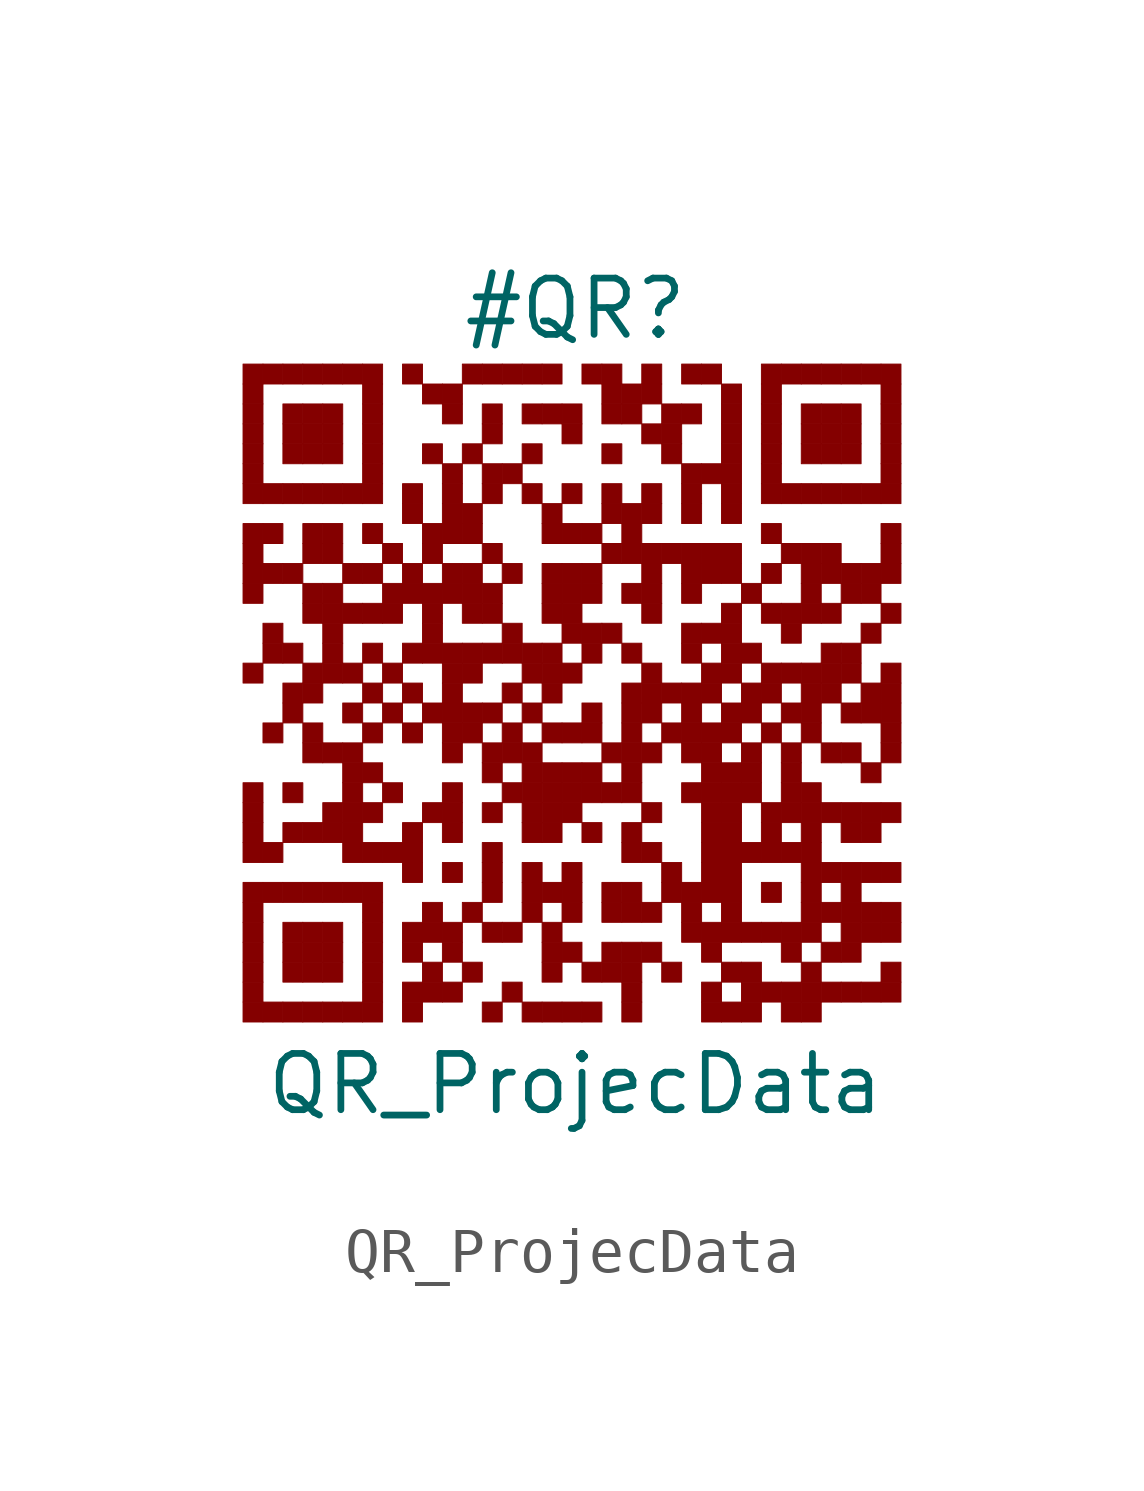
<source format=kicad_sym>
(kicad_symbol_lib
  (version 20211014)
  (generator kibot)
  (symbol "QR_ProjecData"
    (pin_numbers hide)
    (pin_names hide)
    (property "Reference" "#QR"
      (at 0 8.75 0))
    (property "Value" "QR_ProjecData"
      (at 0 -8.75 0))
    (rectangle
      (start -7.5 7.5)
      (end -7.05 7.05)
      (stroke (width 0.001) (type default) (color 0 0 0 0))
      (fill (type outline)))
    (rectangle
      (start -7.05 7.5)
      (end -6.6 7.05)
      (stroke (width 0.001) (type default) (color 0 0 0 0))
      (fill (type outline)))
    (rectangle
      (start -6.6 7.5)
      (end -6.15 7.05)
      (stroke (width 0.001) (type default) (color 0 0 0 0))
      (fill (type outline)))
    (rectangle
      (start -6.15 7.5)
      (end -5.7 7.05)
      (stroke (width 0.001) (type default) (color 0 0 0 0))
      (fill (type outline)))
    (rectangle
      (start -5.7 7.5)
      (end -5.25 7.05)
      (stroke (width 0.001) (type default) (color 0 0 0 0))
      (fill (type outline)))
    (rectangle
      (start -5.25 7.5)
      (end -4.8 7.05)
      (stroke (width 0.001) (type default) (color 0 0 0 0))
      (fill (type outline)))
    (rectangle
      (start -4.8 7.5)
      (end -4.35 7.05)
      (stroke (width 0.001) (type default) (color 0 0 0 0))
      (fill (type outline)))
    (rectangle
      (start -3.9 7.5)
      (end -3.45 7.05)
      (stroke (width 0.001) (type default) (color 0 0 0 0))
      (fill (type outline)))
    (rectangle
      (start -2.55 7.5)
      (end -2.1 7.05)
      (stroke (width 0.001) (type default) (color 0 0 0 0))
      (fill (type outline)))
    (rectangle
      (start -2.1 7.5)
      (end -1.65 7.05)
      (stroke (width 0.001) (type default) (color 0 0 0 0))
      (fill (type outline)))
    (rectangle
      (start -1.65 7.5)
      (end -1.2 7.05)
      (stroke (width 0.001) (type default) (color 0 0 0 0))
      (fill (type outline)))
    (rectangle
      (start -1.2 7.5)
      (end -0.75 7.05)
      (stroke (width 0.001) (type default) (color 0 0 0 0))
      (fill (type outline)))
    (rectangle
      (start -0.75 7.5)
      (end -0.3 7.05)
      (stroke (width 0.001) (type default) (color 0 0 0 0))
      (fill (type outline)))
    (rectangle
      (start 0.15 7.5)
      (end 0.6 7.05)
      (stroke (width 0.001) (type default) (color 0 0 0 0))
      (fill (type outline)))
    (rectangle
      (start 0.6 7.5)
      (end 1.05 7.05)
      (stroke (width 0.001) (type default) (color 0 0 0 0))
      (fill (type outline)))
    (rectangle
      (start 1.5 7.5)
      (end 1.95 7.05)
      (stroke (width 0.001) (type default) (color 0 0 0 0))
      (fill (type outline)))
    (rectangle
      (start 2.4 7.5)
      (end 2.85 7.05)
      (stroke (width 0.001) (type default) (color 0 0 0 0))
      (fill (type outline)))
    (rectangle
      (start 2.85 7.5)
      (end 3.3 7.05)
      (stroke (width 0.001) (type default) (color 0 0 0 0))
      (fill (type outline)))
    (rectangle
      (start 4.2 7.5)
      (end 4.65 7.05)
      (stroke (width 0.001) (type default) (color 0 0 0 0))
      (fill (type outline)))
    (rectangle
      (start 4.65 7.5)
      (end 5.1 7.05)
      (stroke (width 0.001) (type default) (color 0 0 0 0))
      (fill (type outline)))
    (rectangle
      (start 5.1 7.5)
      (end 5.55 7.05)
      (stroke (width 0.001) (type default) (color 0 0 0 0))
      (fill (type outline)))
    (rectangle
      (start 5.55 7.5)
      (end 6.0 7.05)
      (stroke (width 0.001) (type default) (color 0 0 0 0))
      (fill (type outline)))
    (rectangle
      (start 6.0 7.5)
      (end 6.45 7.05)
      (stroke (width 0.001) (type default) (color 0 0 0 0))
      (fill (type outline)))
    (rectangle
      (start 6.45 7.5)
      (end 6.9 7.05)
      (stroke (width 0.001) (type default) (color 0 0 0 0))
      (fill (type outline)))
    (rectangle
      (start 6.9 7.5)
      (end 7.35 7.05)
      (stroke (width 0.001) (type default) (color 0 0 0 0))
      (fill (type outline)))
    (rectangle
      (start -7.5 7.05)
      (end -7.05 6.6)
      (stroke (width 0.001) (type default) (color 0 0 0 0))
      (fill (type outline)))
    (rectangle
      (start -4.8 7.05)
      (end -4.35 6.6)
      (stroke (width 0.001) (type default) (color 0 0 0 0))
      (fill (type outline)))
    (rectangle
      (start -3.45 7.05)
      (end -3.0 6.6)
      (stroke (width 0.001) (type default) (color 0 0 0 0))
      (fill (type outline)))
    (rectangle
      (start -3.0 7.05)
      (end -2.55 6.6)
      (stroke (width 0.001) (type default) (color 0 0 0 0))
      (fill (type outline)))
    (rectangle
      (start 0.6 7.05)
      (end 1.05 6.6)
      (stroke (width 0.001) (type default) (color 0 0 0 0))
      (fill (type outline)))
    (rectangle
      (start 1.05 7.05)
      (end 1.5 6.6)
      (stroke (width 0.001) (type default) (color 0 0 0 0))
      (fill (type outline)))
    (rectangle
      (start 1.5 7.05)
      (end 1.95 6.6)
      (stroke (width 0.001) (type default) (color 0 0 0 0))
      (fill (type outline)))
    (rectangle
      (start 3.3 7.05)
      (end 3.75 6.6)
      (stroke (width 0.001) (type default) (color 0 0 0 0))
      (fill (type outline)))
    (rectangle
      (start 4.2 7.05)
      (end 4.65 6.6)
      (stroke (width 0.001) (type default) (color 0 0 0 0))
      (fill (type outline)))
    (rectangle
      (start 6.9 7.05)
      (end 7.35 6.6)
      (stroke (width 0.001) (type default) (color 0 0 0 0))
      (fill (type outline)))
    (rectangle
      (start -7.5 6.6)
      (end -7.05 6.15)
      (stroke (width 0.001) (type default) (color 0 0 0 0))
      (fill (type outline)))
    (rectangle
      (start -6.6 6.6)
      (end -6.15 6.15)
      (stroke (width 0.001) (type default) (color 0 0 0 0))
      (fill (type outline)))
    (rectangle
      (start -6.15 6.6)
      (end -5.7 6.15)
      (stroke (width 0.001) (type default) (color 0 0 0 0))
      (fill (type outline)))
    (rectangle
      (start -5.7 6.6)
      (end -5.25 6.15)
      (stroke (width 0.001) (type default) (color 0 0 0 0))
      (fill (type outline)))
    (rectangle
      (start -4.8 6.6)
      (end -4.35 6.15)
      (stroke (width 0.001) (type default) (color 0 0 0 0))
      (fill (type outline)))
    (rectangle
      (start -3.0 6.6)
      (end -2.55 6.15)
      (stroke (width 0.001) (type default) (color 0 0 0 0))
      (fill (type outline)))
    (rectangle
      (start -2.1 6.6)
      (end -1.65 6.15)
      (stroke (width 0.001) (type default) (color 0 0 0 0))
      (fill (type outline)))
    (rectangle
      (start -1.2 6.6)
      (end -0.75 6.15)
      (stroke (width 0.001) (type default) (color 0 0 0 0))
      (fill (type outline)))
    (rectangle
      (start -0.75 6.6)
      (end -0.3 6.15)
      (stroke (width 0.001) (type default) (color 0 0 0 0))
      (fill (type outline)))
    (rectangle
      (start -0.3 6.6)
      (end 0.15 6.15)
      (stroke (width 0.001) (type default) (color 0 0 0 0))
      (fill (type outline)))
    (rectangle
      (start 0.6 6.6)
      (end 1.05 6.15)
      (stroke (width 0.001) (type default) (color 0 0 0 0))
      (fill (type outline)))
    (rectangle
      (start 1.05 6.6)
      (end 1.5 6.15)
      (stroke (width 0.001) (type default) (color 0 0 0 0))
      (fill (type outline)))
    (rectangle
      (start 1.95 6.6)
      (end 2.4 6.15)
      (stroke (width 0.001) (type default) (color 0 0 0 0))
      (fill (type outline)))
    (rectangle
      (start 2.4 6.6)
      (end 2.85 6.15)
      (stroke (width 0.001) (type default) (color 0 0 0 0))
      (fill (type outline)))
    (rectangle
      (start 3.3 6.6)
      (end 3.75 6.15)
      (stroke (width 0.001) (type default) (color 0 0 0 0))
      (fill (type outline)))
    (rectangle
      (start 4.2 6.6)
      (end 4.65 6.15)
      (stroke (width 0.001) (type default) (color 0 0 0 0))
      (fill (type outline)))
    (rectangle
      (start 5.1 6.6)
      (end 5.55 6.15)
      (stroke (width 0.001) (type default) (color 0 0 0 0))
      (fill (type outline)))
    (rectangle
      (start 5.55 6.6)
      (end 6.0 6.15)
      (stroke (width 0.001) (type default) (color 0 0 0 0))
      (fill (type outline)))
    (rectangle
      (start 6.0 6.6)
      (end 6.45 6.15)
      (stroke (width 0.001) (type default) (color 0 0 0 0))
      (fill (type outline)))
    (rectangle
      (start 6.9 6.6)
      (end 7.35 6.15)
      (stroke (width 0.001) (type default) (color 0 0 0 0))
      (fill (type outline)))
    (rectangle
      (start -7.5 6.15)
      (end -7.05 5.7)
      (stroke (width 0.001) (type default) (color 0 0 0 0))
      (fill (type outline)))
    (rectangle
      (start -6.6 6.15)
      (end -6.15 5.7)
      (stroke (width 0.001) (type default) (color 0 0 0 0))
      (fill (type outline)))
    (rectangle
      (start -6.15 6.15)
      (end -5.7 5.7)
      (stroke (width 0.001) (type default) (color 0 0 0 0))
      (fill (type outline)))
    (rectangle
      (start -5.7 6.15)
      (end -5.25 5.7)
      (stroke (width 0.001) (type default) (color 0 0 0 0))
      (fill (type outline)))
    (rectangle
      (start -4.8 6.15)
      (end -4.35 5.7)
      (stroke (width 0.001) (type default) (color 0 0 0 0))
      (fill (type outline)))
    (rectangle
      (start -2.1 6.15)
      (end -1.65 5.7)
      (stroke (width 0.001) (type default) (color 0 0 0 0))
      (fill (type outline)))
    (rectangle
      (start -0.3 6.15)
      (end 0.15 5.7)
      (stroke (width 0.001) (type default) (color 0 0 0 0))
      (fill (type outline)))
    (rectangle
      (start 1.5 6.15)
      (end 1.95 5.7)
      (stroke (width 0.001) (type default) (color 0 0 0 0))
      (fill (type outline)))
    (rectangle
      (start 1.95 6.15)
      (end 2.4 5.7)
      (stroke (width 0.001) (type default) (color 0 0 0 0))
      (fill (type outline)))
    (rectangle
      (start 3.3 6.15)
      (end 3.75 5.7)
      (stroke (width 0.001) (type default) (color 0 0 0 0))
      (fill (type outline)))
    (rectangle
      (start 4.2 6.15)
      (end 4.65 5.7)
      (stroke (width 0.001) (type default) (color 0 0 0 0))
      (fill (type outline)))
    (rectangle
      (start 5.1 6.15)
      (end 5.55 5.7)
      (stroke (width 0.001) (type default) (color 0 0 0 0))
      (fill (type outline)))
    (rectangle
      (start 5.55 6.15)
      (end 6.0 5.7)
      (stroke (width 0.001) (type default) (color 0 0 0 0))
      (fill (type outline)))
    (rectangle
      (start 6.0 6.15)
      (end 6.45 5.7)
      (stroke (width 0.001) (type default) (color 0 0 0 0))
      (fill (type outline)))
    (rectangle
      (start 6.9 6.15)
      (end 7.35 5.7)
      (stroke (width 0.001) (type default) (color 0 0 0 0))
      (fill (type outline)))
    (rectangle
      (start -7.5 5.7)
      (end -7.05 5.25)
      (stroke (width 0.001) (type default) (color 0 0 0 0))
      (fill (type outline)))
    (rectangle
      (start -6.6 5.7)
      (end -6.15 5.25)
      (stroke (width 0.001) (type default) (color 0 0 0 0))
      (fill (type outline)))
    (rectangle
      (start -6.15 5.7)
      (end -5.7 5.25)
      (stroke (width 0.001) (type default) (color 0 0 0 0))
      (fill (type outline)))
    (rectangle
      (start -5.7 5.7)
      (end -5.25 5.25)
      (stroke (width 0.001) (type default) (color 0 0 0 0))
      (fill (type outline)))
    (rectangle
      (start -4.8 5.7)
      (end -4.35 5.25)
      (stroke (width 0.001) (type default) (color 0 0 0 0))
      (fill (type outline)))
    (rectangle
      (start -3.45 5.7)
      (end -3.0 5.25)
      (stroke (width 0.001) (type default) (color 0 0 0 0))
      (fill (type outline)))
    (rectangle
      (start -2.55 5.7)
      (end -2.1 5.25)
      (stroke (width 0.001) (type default) (color 0 0 0 0))
      (fill (type outline)))
    (rectangle
      (start -1.2 5.7)
      (end -0.75 5.25)
      (stroke (width 0.001) (type default) (color 0 0 0 0))
      (fill (type outline)))
    (rectangle
      (start 0.6 5.7)
      (end 1.05 5.25)
      (stroke (width 0.001) (type default) (color 0 0 0 0))
      (fill (type outline)))
    (rectangle
      (start 1.95 5.7)
      (end 2.4 5.25)
      (stroke (width 0.001) (type default) (color 0 0 0 0))
      (fill (type outline)))
    (rectangle
      (start 3.3 5.7)
      (end 3.75 5.25)
      (stroke (width 0.001) (type default) (color 0 0 0 0))
      (fill (type outline)))
    (rectangle
      (start 4.2 5.7)
      (end 4.65 5.25)
      (stroke (width 0.001) (type default) (color 0 0 0 0))
      (fill (type outline)))
    (rectangle
      (start 5.1 5.7)
      (end 5.55 5.25)
      (stroke (width 0.001) (type default) (color 0 0 0 0))
      (fill (type outline)))
    (rectangle
      (start 5.55 5.7)
      (end 6.0 5.25)
      (stroke (width 0.001) (type default) (color 0 0 0 0))
      (fill (type outline)))
    (rectangle
      (start 6.0 5.7)
      (end 6.45 5.25)
      (stroke (width 0.001) (type default) (color 0 0 0 0))
      (fill (type outline)))
    (rectangle
      (start 6.9 5.7)
      (end 7.35 5.25)
      (stroke (width 0.001) (type default) (color 0 0 0 0))
      (fill (type outline)))
    (rectangle
      (start -7.5 5.25)
      (end -7.05 4.8)
      (stroke (width 0.001) (type default) (color 0 0 0 0))
      (fill (type outline)))
    (rectangle
      (start -4.8 5.25)
      (end -4.35 4.8)
      (stroke (width 0.001) (type default) (color 0 0 0 0))
      (fill (type outline)))
    (rectangle
      (start -3.0 5.25)
      (end -2.55 4.8)
      (stroke (width 0.001) (type default) (color 0 0 0 0))
      (fill (type outline)))
    (rectangle
      (start -2.1 5.25)
      (end -1.65 4.8)
      (stroke (width 0.001) (type default) (color 0 0 0 0))
      (fill (type outline)))
    (rectangle
      (start -1.65 5.25)
      (end -1.2 4.8)
      (stroke (width 0.001) (type default) (color 0 0 0 0))
      (fill (type outline)))
    (rectangle
      (start 2.4 5.25)
      (end 2.85 4.8)
      (stroke (width 0.001) (type default) (color 0 0 0 0))
      (fill (type outline)))
    (rectangle
      (start 2.85 5.25)
      (end 3.3 4.8)
      (stroke (width 0.001) (type default) (color 0 0 0 0))
      (fill (type outline)))
    (rectangle
      (start 3.3 5.25)
      (end 3.75 4.8)
      (stroke (width 0.001) (type default) (color 0 0 0 0))
      (fill (type outline)))
    (rectangle
      (start 4.2 5.25)
      (end 4.65 4.8)
      (stroke (width 0.001) (type default) (color 0 0 0 0))
      (fill (type outline)))
    (rectangle
      (start 6.9 5.25)
      (end 7.35 4.8)
      (stroke (width 0.001) (type default) (color 0 0 0 0))
      (fill (type outline)))
    (rectangle
      (start -7.5 4.8)
      (end -7.05 4.35)
      (stroke (width 0.001) (type default) (color 0 0 0 0))
      (fill (type outline)))
    (rectangle
      (start -7.05 4.8)
      (end -6.6 4.35)
      (stroke (width 0.001) (type default) (color 0 0 0 0))
      (fill (type outline)))
    (rectangle
      (start -6.6 4.8)
      (end -6.15 4.35)
      (stroke (width 0.001) (type default) (color 0 0 0 0))
      (fill (type outline)))
    (rectangle
      (start -6.15 4.8)
      (end -5.7 4.35)
      (stroke (width 0.001) (type default) (color 0 0 0 0))
      (fill (type outline)))
    (rectangle
      (start -5.7 4.8)
      (end -5.25 4.35)
      (stroke (width 0.001) (type default) (color 0 0 0 0))
      (fill (type outline)))
    (rectangle
      (start -5.25 4.8)
      (end -4.8 4.35)
      (stroke (width 0.001) (type default) (color 0 0 0 0))
      (fill (type outline)))
    (rectangle
      (start -4.8 4.8)
      (end -4.35 4.35)
      (stroke (width 0.001) (type default) (color 0 0 0 0))
      (fill (type outline)))
    (rectangle
      (start -3.9 4.8)
      (end -3.45 4.35)
      (stroke (width 0.001) (type default) (color 0 0 0 0))
      (fill (type outline)))
    (rectangle
      (start -3.0 4.8)
      (end -2.55 4.35)
      (stroke (width 0.001) (type default) (color 0 0 0 0))
      (fill (type outline)))
    (rectangle
      (start -2.1 4.8)
      (end -1.65 4.35)
      (stroke (width 0.001) (type default) (color 0 0 0 0))
      (fill (type outline)))
    (rectangle
      (start -1.2 4.8)
      (end -0.75 4.35)
      (stroke (width 0.001) (type default) (color 0 0 0 0))
      (fill (type outline)))
    (rectangle
      (start -0.3 4.8)
      (end 0.15 4.35)
      (stroke (width 0.001) (type default) (color 0 0 0 0))
      (fill (type outline)))
    (rectangle
      (start 0.6 4.8)
      (end 1.05 4.35)
      (stroke (width 0.001) (type default) (color 0 0 0 0))
      (fill (type outline)))
    (rectangle
      (start 1.5 4.8)
      (end 1.95 4.35)
      (stroke (width 0.001) (type default) (color 0 0 0 0))
      (fill (type outline)))
    (rectangle
      (start 2.4 4.8)
      (end 2.85 4.35)
      (stroke (width 0.001) (type default) (color 0 0 0 0))
      (fill (type outline)))
    (rectangle
      (start 3.3 4.8)
      (end 3.75 4.35)
      (stroke (width 0.001) (type default) (color 0 0 0 0))
      (fill (type outline)))
    (rectangle
      (start 4.2 4.8)
      (end 4.65 4.35)
      (stroke (width 0.001) (type default) (color 0 0 0 0))
      (fill (type outline)))
    (rectangle
      (start 4.65 4.8)
      (end 5.1 4.35)
      (stroke (width 0.001) (type default) (color 0 0 0 0))
      (fill (type outline)))
    (rectangle
      (start 5.1 4.8)
      (end 5.55 4.35)
      (stroke (width 0.001) (type default) (color 0 0 0 0))
      (fill (type outline)))
    (rectangle
      (start 5.55 4.8)
      (end 6.0 4.35)
      (stroke (width 0.001) (type default) (color 0 0 0 0))
      (fill (type outline)))
    (rectangle
      (start 6.0 4.8)
      (end 6.45 4.35)
      (stroke (width 0.001) (type default) (color 0 0 0 0))
      (fill (type outline)))
    (rectangle
      (start 6.45 4.8)
      (end 6.9 4.35)
      (stroke (width 0.001) (type default) (color 0 0 0 0))
      (fill (type outline)))
    (rectangle
      (start 6.9 4.8)
      (end 7.35 4.35)
      (stroke (width 0.001) (type default) (color 0 0 0 0))
      (fill (type outline)))
    (rectangle
      (start -3.9 4.35)
      (end -3.45 3.9)
      (stroke (width 0.001) (type default) (color 0 0 0 0))
      (fill (type outline)))
    (rectangle
      (start -3.0 4.35)
      (end -2.55 3.9)
      (stroke (width 0.001) (type default) (color 0 0 0 0))
      (fill (type outline)))
    (rectangle
      (start -2.55 4.35)
      (end -2.1 3.9)
      (stroke (width 0.001) (type default) (color 0 0 0 0))
      (fill (type outline)))
    (rectangle
      (start -0.75 4.35)
      (end -0.3 3.9)
      (stroke (width 0.001) (type default) (color 0 0 0 0))
      (fill (type outline)))
    (rectangle
      (start 0.6 4.35)
      (end 1.05 3.9)
      (stroke (width 0.001) (type default) (color 0 0 0 0))
      (fill (type outline)))
    (rectangle
      (start 1.05 4.35)
      (end 1.5 3.9)
      (stroke (width 0.001) (type default) (color 0 0 0 0))
      (fill (type outline)))
    (rectangle
      (start 1.5 4.35)
      (end 1.95 3.9)
      (stroke (width 0.001) (type default) (color 0 0 0 0))
      (fill (type outline)))
    (rectangle
      (start 2.4 4.35)
      (end 2.85 3.9)
      (stroke (width 0.001) (type default) (color 0 0 0 0))
      (fill (type outline)))
    (rectangle
      (start 3.3 4.35)
      (end 3.75 3.9)
      (stroke (width 0.001) (type default) (color 0 0 0 0))
      (fill (type outline)))
    (rectangle
      (start -7.5 3.9)
      (end -7.05 3.45)
      (stroke (width 0.001) (type default) (color 0 0 0 0))
      (fill (type outline)))
    (rectangle
      (start -7.05 3.9)
      (end -6.6 3.45)
      (stroke (width 0.001) (type default) (color 0 0 0 0))
      (fill (type outline)))
    (rectangle
      (start -6.15 3.9)
      (end -5.7 3.45)
      (stroke (width 0.001) (type default) (color 0 0 0 0))
      (fill (type outline)))
    (rectangle
      (start -5.7 3.9)
      (end -5.25 3.45)
      (stroke (width 0.001) (type default) (color 0 0 0 0))
      (fill (type outline)))
    (rectangle
      (start -4.8 3.9)
      (end -4.35 3.45)
      (stroke (width 0.001) (type default) (color 0 0 0 0))
      (fill (type outline)))
    (rectangle
      (start -3.45 3.9)
      (end -3.0 3.45)
      (stroke (width 0.001) (type default) (color 0 0 0 0))
      (fill (type outline)))
    (rectangle
      (start -3.0 3.9)
      (end -2.55 3.45)
      (stroke (width 0.001) (type default) (color 0 0 0 0))
      (fill (type outline)))
    (rectangle
      (start -2.55 3.9)
      (end -2.1 3.45)
      (stroke (width 0.001) (type default) (color 0 0 0 0))
      (fill (type outline)))
    (rectangle
      (start -0.75 3.9)
      (end -0.3 3.45)
      (stroke (width 0.001) (type default) (color 0 0 0 0))
      (fill (type outline)))
    (rectangle
      (start -0.3 3.9)
      (end 0.15 3.45)
      (stroke (width 0.001) (type default) (color 0 0 0 0))
      (fill (type outline)))
    (rectangle
      (start 0.15 3.9)
      (end 0.6 3.45)
      (stroke (width 0.001) (type default) (color 0 0 0 0))
      (fill (type outline)))
    (rectangle
      (start 1.05 3.9)
      (end 1.5 3.45)
      (stroke (width 0.001) (type default) (color 0 0 0 0))
      (fill (type outline)))
    (rectangle
      (start 4.2 3.9)
      (end 4.65 3.45)
      (stroke (width 0.001) (type default) (color 0 0 0 0))
      (fill (type outline)))
    (rectangle
      (start 6.9 3.9)
      (end 7.35 3.45)
      (stroke (width 0.001) (type default) (color 0 0 0 0))
      (fill (type outline)))
    (rectangle
      (start -7.5 3.45)
      (end -7.05 3.0)
      (stroke (width 0.001) (type default) (color 0 0 0 0))
      (fill (type outline)))
    (rectangle
      (start -6.15 3.45)
      (end -5.7 3.0)
      (stroke (width 0.001) (type default) (color 0 0 0 0))
      (fill (type outline)))
    (rectangle
      (start -5.7 3.45)
      (end -5.25 3.0)
      (stroke (width 0.001) (type default) (color 0 0 0 0))
      (fill (type outline)))
    (rectangle
      (start -4.35 3.45)
      (end -3.9 3.0)
      (stroke (width 0.001) (type default) (color 0 0 0 0))
      (fill (type outline)))
    (rectangle
      (start -3.45 3.45)
      (end -3.0 3.0)
      (stroke (width 0.001) (type default) (color 0 0 0 0))
      (fill (type outline)))
    (rectangle
      (start -2.1 3.45)
      (end -1.65 3.0)
      (stroke (width 0.001) (type default) (color 0 0 0 0))
      (fill (type outline)))
    (rectangle
      (start 0.6 3.45)
      (end 1.05 3.0)
      (stroke (width 0.001) (type default) (color 0 0 0 0))
      (fill (type outline)))
    (rectangle
      (start 1.05 3.45)
      (end 1.5 3.0)
      (stroke (width 0.001) (type default) (color 0 0 0 0))
      (fill (type outline)))
    (rectangle
      (start 1.5 3.45)
      (end 1.95 3.0)
      (stroke (width 0.001) (type default) (color 0 0 0 0))
      (fill (type outline)))
    (rectangle
      (start 1.95 3.45)
      (end 2.4 3.0)
      (stroke (width 0.001) (type default) (color 0 0 0 0))
      (fill (type outline)))
    (rectangle
      (start 2.4 3.45)
      (end 2.85 3.0)
      (stroke (width 0.001) (type default) (color 0 0 0 0))
      (fill (type outline)))
    (rectangle
      (start 2.85 3.45)
      (end 3.3 3.0)
      (stroke (width 0.001) (type default) (color 0 0 0 0))
      (fill (type outline)))
    (rectangle
      (start 3.3 3.45)
      (end 3.75 3.0)
      (stroke (width 0.001) (type default) (color 0 0 0 0))
      (fill (type outline)))
    (rectangle
      (start 4.65 3.45)
      (end 5.1 3.0)
      (stroke (width 0.001) (type default) (color 0 0 0 0))
      (fill (type outline)))
    (rectangle
      (start 5.1 3.45)
      (end 5.55 3.0)
      (stroke (width 0.001) (type default) (color 0 0 0 0))
      (fill (type outline)))
    (rectangle
      (start 5.55 3.45)
      (end 6.0 3.0)
      (stroke (width 0.001) (type default) (color 0 0 0 0))
      (fill (type outline)))
    (rectangle
      (start 6.9 3.45)
      (end 7.35 3.0)
      (stroke (width 0.001) (type default) (color 0 0 0 0))
      (fill (type outline)))
    (rectangle
      (start -7.5 3.0)
      (end -7.05 2.55)
      (stroke (width 0.001) (type default) (color 0 0 0 0))
      (fill (type outline)))
    (rectangle
      (start -7.05 3.0)
      (end -6.6 2.55)
      (stroke (width 0.001) (type default) (color 0 0 0 0))
      (fill (type outline)))
    (rectangle
      (start -6.6 3.0)
      (end -6.15 2.55)
      (stroke (width 0.001) (type default) (color 0 0 0 0))
      (fill (type outline)))
    (rectangle
      (start -5.25 3.0)
      (end -4.8 2.55)
      (stroke (width 0.001) (type default) (color 0 0 0 0))
      (fill (type outline)))
    (rectangle
      (start -4.8 3.0)
      (end -4.35 2.55)
      (stroke (width 0.001) (type default) (color 0 0 0 0))
      (fill (type outline)))
    (rectangle
      (start -3.9 3.0)
      (end -3.45 2.55)
      (stroke (width 0.001) (type default) (color 0 0 0 0))
      (fill (type outline)))
    (rectangle
      (start -3.0 3.0)
      (end -2.55 2.55)
      (stroke (width 0.001) (type default) (color 0 0 0 0))
      (fill (type outline)))
    (rectangle
      (start -2.55 3.0)
      (end -2.1 2.55)
      (stroke (width 0.001) (type default) (color 0 0 0 0))
      (fill (type outline)))
    (rectangle
      (start -1.65 3.0)
      (end -1.2 2.55)
      (stroke (width 0.001) (type default) (color 0 0 0 0))
      (fill (type outline)))
    (rectangle
      (start -0.75 3.0)
      (end -0.3 2.55)
      (stroke (width 0.001) (type default) (color 0 0 0 0))
      (fill (type outline)))
    (rectangle
      (start -0.3 3.0)
      (end 0.15 2.55)
      (stroke (width 0.001) (type default) (color 0 0 0 0))
      (fill (type outline)))
    (rectangle
      (start 0.15 3.0)
      (end 0.6 2.55)
      (stroke (width 0.001) (type default) (color 0 0 0 0))
      (fill (type outline)))
    (rectangle
      (start 1.5 3.0)
      (end 1.95 2.55)
      (stroke (width 0.001) (type default) (color 0 0 0 0))
      (fill (type outline)))
    (rectangle
      (start 2.4 3.0)
      (end 2.85 2.55)
      (stroke (width 0.001) (type default) (color 0 0 0 0))
      (fill (type outline)))
    (rectangle
      (start 2.85 3.0)
      (end 3.3 2.55)
      (stroke (width 0.001) (type default) (color 0 0 0 0))
      (fill (type outline)))
    (rectangle
      (start 3.3 3.0)
      (end 3.75 2.55)
      (stroke (width 0.001) (type default) (color 0 0 0 0))
      (fill (type outline)))
    (rectangle
      (start 4.2 3.0)
      (end 4.65 2.55)
      (stroke (width 0.001) (type default) (color 0 0 0 0))
      (fill (type outline)))
    (rectangle
      (start 5.1 3.0)
      (end 5.55 2.55)
      (stroke (width 0.001) (type default) (color 0 0 0 0))
      (fill (type outline)))
    (rectangle
      (start 5.55 3.0)
      (end 6.0 2.55)
      (stroke (width 0.001) (type default) (color 0 0 0 0))
      (fill (type outline)))
    (rectangle
      (start 6.0 3.0)
      (end 6.45 2.55)
      (stroke (width 0.001) (type default) (color 0 0 0 0))
      (fill (type outline)))
    (rectangle
      (start 6.45 3.0)
      (end 6.9 2.55)
      (stroke (width 0.001) (type default) (color 0 0 0 0))
      (fill (type outline)))
    (rectangle
      (start 6.9 3.0)
      (end 7.35 2.55)
      (stroke (width 0.001) (type default) (color 0 0 0 0))
      (fill (type outline)))
    (rectangle
      (start -7.5 2.55)
      (end -7.05 2.1)
      (stroke (width 0.001) (type default) (color 0 0 0 0))
      (fill (type outline)))
    (rectangle
      (start -6.15 2.55)
      (end -5.7 2.1)
      (stroke (width 0.001) (type default) (color 0 0 0 0))
      (fill (type outline)))
    (rectangle
      (start -5.7 2.55)
      (end -5.25 2.1)
      (stroke (width 0.001) (type default) (color 0 0 0 0))
      (fill (type outline)))
    (rectangle
      (start -4.35 2.55)
      (end -3.9 2.1)
      (stroke (width 0.001) (type default) (color 0 0 0 0))
      (fill (type outline)))
    (rectangle
      (start -3.9 2.55)
      (end -3.45 2.1)
      (stroke (width 0.001) (type default) (color 0 0 0 0))
      (fill (type outline)))
    (rectangle
      (start -3.45 2.55)
      (end -3.0 2.1)
      (stroke (width 0.001) (type default) (color 0 0 0 0))
      (fill (type outline)))
    (rectangle
      (start -3.0 2.55)
      (end -2.55 2.1)
      (stroke (width 0.001) (type default) (color 0 0 0 0))
      (fill (type outline)))
    (rectangle
      (start -2.55 2.55)
      (end -2.1 2.1)
      (stroke (width 0.001) (type default) (color 0 0 0 0))
      (fill (type outline)))
    (rectangle
      (start -2.1 2.55)
      (end -1.65 2.1)
      (stroke (width 0.001) (type default) (color 0 0 0 0))
      (fill (type outline)))
    (rectangle
      (start -0.75 2.55)
      (end -0.3 2.1)
      (stroke (width 0.001) (type default) (color 0 0 0 0))
      (fill (type outline)))
    (rectangle
      (start -0.3 2.55)
      (end 0.15 2.1)
      (stroke (width 0.001) (type default) (color 0 0 0 0))
      (fill (type outline)))
    (rectangle
      (start 0.15 2.55)
      (end 0.6 2.1)
      (stroke (width 0.001) (type default) (color 0 0 0 0))
      (fill (type outline)))
    (rectangle
      (start 1.05 2.55)
      (end 1.5 2.1)
      (stroke (width 0.001) (type default) (color 0 0 0 0))
      (fill (type outline)))
    (rectangle
      (start 1.5 2.55)
      (end 1.95 2.1)
      (stroke (width 0.001) (type default) (color 0 0 0 0))
      (fill (type outline)))
    (rectangle
      (start 2.4 2.55)
      (end 2.85 2.1)
      (stroke (width 0.001) (type default) (color 0 0 0 0))
      (fill (type outline)))
    (rectangle
      (start 3.75 2.55)
      (end 4.2 2.1)
      (stroke (width 0.001) (type default) (color 0 0 0 0))
      (fill (type outline)))
    (rectangle
      (start 5.1 2.55)
      (end 5.55 2.1)
      (stroke (width 0.001) (type default) (color 0 0 0 0))
      (fill (type outline)))
    (rectangle
      (start 6.0 2.55)
      (end 6.45 2.1)
      (stroke (width 0.001) (type default) (color 0 0 0 0))
      (fill (type outline)))
    (rectangle
      (start 6.45 2.55)
      (end 6.9 2.1)
      (stroke (width 0.001) (type default) (color 0 0 0 0))
      (fill (type outline)))
    (rectangle
      (start -6.15 2.1)
      (end -5.7 1.65)
      (stroke (width 0.001) (type default) (color 0 0 0 0))
      (fill (type outline)))
    (rectangle
      (start -5.7 2.1)
      (end -5.25 1.65)
      (stroke (width 0.001) (type default) (color 0 0 0 0))
      (fill (type outline)))
    (rectangle
      (start -5.25 2.1)
      (end -4.8 1.65)
      (stroke (width 0.001) (type default) (color 0 0 0 0))
      (fill (type outline)))
    (rectangle
      (start -4.8 2.1)
      (end -4.35 1.65)
      (stroke (width 0.001) (type default) (color 0 0 0 0))
      (fill (type outline)))
    (rectangle
      (start -4.35 2.1)
      (end -3.9 1.65)
      (stroke (width 0.001) (type default) (color 0 0 0 0))
      (fill (type outline)))
    (rectangle
      (start -3.45 2.1)
      (end -3.0 1.65)
      (stroke (width 0.001) (type default) (color 0 0 0 0))
      (fill (type outline)))
    (rectangle
      (start -2.55 2.1)
      (end -2.1 1.65)
      (stroke (width 0.001) (type default) (color 0 0 0 0))
      (fill (type outline)))
    (rectangle
      (start -2.1 2.1)
      (end -1.65 1.65)
      (stroke (width 0.001) (type default) (color 0 0 0 0))
      (fill (type outline)))
    (rectangle
      (start -0.75 2.1)
      (end -0.3 1.65)
      (stroke (width 0.001) (type default) (color 0 0 0 0))
      (fill (type outline)))
    (rectangle
      (start -0.3 2.1)
      (end 0.15 1.65)
      (stroke (width 0.001) (type default) (color 0 0 0 0))
      (fill (type outline)))
    (rectangle
      (start 1.5 2.1)
      (end 1.95 1.65)
      (stroke (width 0.001) (type default) (color 0 0 0 0))
      (fill (type outline)))
    (rectangle
      (start 3.3 2.1)
      (end 3.75 1.65)
      (stroke (width 0.001) (type default) (color 0 0 0 0))
      (fill (type outline)))
    (rectangle
      (start 4.2 2.1)
      (end 4.65 1.65)
      (stroke (width 0.001) (type default) (color 0 0 0 0))
      (fill (type outline)))
    (rectangle
      (start 4.65 2.1)
      (end 5.1 1.65)
      (stroke (width 0.001) (type default) (color 0 0 0 0))
      (fill (type outline)))
    (rectangle
      (start 5.1 2.1)
      (end 5.55 1.65)
      (stroke (width 0.001) (type default) (color 0 0 0 0))
      (fill (type outline)))
    (rectangle
      (start 5.55 2.1)
      (end 6.0 1.65)
      (stroke (width 0.001) (type default) (color 0 0 0 0))
      (fill (type outline)))
    (rectangle
      (start 6.9 2.1)
      (end 7.35 1.65)
      (stroke (width 0.001) (type default) (color 0 0 0 0))
      (fill (type outline)))
    (rectangle
      (start -7.05 1.65)
      (end -6.6 1.2)
      (stroke (width 0.001) (type default) (color 0 0 0 0))
      (fill (type outline)))
    (rectangle
      (start -5.7 1.65)
      (end -5.25 1.2)
      (stroke (width 0.001) (type default) (color 0 0 0 0))
      (fill (type outline)))
    (rectangle
      (start -3.45 1.65)
      (end -3.0 1.2)
      (stroke (width 0.001) (type default) (color 0 0 0 0))
      (fill (type outline)))
    (rectangle
      (start -1.65 1.65)
      (end -1.2 1.2)
      (stroke (width 0.001) (type default) (color 0 0 0 0))
      (fill (type outline)))
    (rectangle
      (start -0.3 1.65)
      (end 0.15 1.2)
      (stroke (width 0.001) (type default) (color 0 0 0 0))
      (fill (type outline)))
    (rectangle
      (start 0.15 1.65)
      (end 0.6 1.2)
      (stroke (width 0.001) (type default) (color 0 0 0 0))
      (fill (type outline)))
    (rectangle
      (start 0.6 1.65)
      (end 1.05 1.2)
      (stroke (width 0.001) (type default) (color 0 0 0 0))
      (fill (type outline)))
    (rectangle
      (start 2.4 1.65)
      (end 2.85 1.2)
      (stroke (width 0.001) (type default) (color 0 0 0 0))
      (fill (type outline)))
    (rectangle
      (start 2.85 1.65)
      (end 3.3 1.2)
      (stroke (width 0.001) (type default) (color 0 0 0 0))
      (fill (type outline)))
    (rectangle
      (start 3.3 1.65)
      (end 3.75 1.2)
      (stroke (width 0.001) (type default) (color 0 0 0 0))
      (fill (type outline)))
    (rectangle
      (start 4.65 1.65)
      (end 5.1 1.2)
      (stroke (width 0.001) (type default) (color 0 0 0 0))
      (fill (type outline)))
    (rectangle
      (start 6.45 1.65)
      (end 6.9 1.2)
      (stroke (width 0.001) (type default) (color 0 0 0 0))
      (fill (type outline)))
    (rectangle
      (start -7.05 1.2)
      (end -6.6 0.75)
      (stroke (width 0.001) (type default) (color 0 0 0 0))
      (fill (type outline)))
    (rectangle
      (start -6.6 1.2)
      (end -6.15 0.75)
      (stroke (width 0.001) (type default) (color 0 0 0 0))
      (fill (type outline)))
    (rectangle
      (start -5.7 1.2)
      (end -5.25 0.75)
      (stroke (width 0.001) (type default) (color 0 0 0 0))
      (fill (type outline)))
    (rectangle
      (start -4.8 1.2)
      (end -4.35 0.75)
      (stroke (width 0.001) (type default) (color 0 0 0 0))
      (fill (type outline)))
    (rectangle
      (start -3.9 1.2)
      (end -3.45 0.75)
      (stroke (width 0.001) (type default) (color 0 0 0 0))
      (fill (type outline)))
    (rectangle
      (start -3.45 1.2)
      (end -3.0 0.75)
      (stroke (width 0.001) (type default) (color 0 0 0 0))
      (fill (type outline)))
    (rectangle
      (start -3.0 1.2)
      (end -2.55 0.75)
      (stroke (width 0.001) (type default) (color 0 0 0 0))
      (fill (type outline)))
    (rectangle
      (start -2.55 1.2)
      (end -2.1 0.75)
      (stroke (width 0.001) (type default) (color 0 0 0 0))
      (fill (type outline)))
    (rectangle
      (start -2.1 1.2)
      (end -1.65 0.75)
      (stroke (width 0.001) (type default) (color 0 0 0 0))
      (fill (type outline)))
    (rectangle
      (start -1.65 1.2)
      (end -1.2 0.75)
      (stroke (width 0.001) (type default) (color 0 0 0 0))
      (fill (type outline)))
    (rectangle
      (start -1.2 1.2)
      (end -0.75 0.75)
      (stroke (width 0.001) (type default) (color 0 0 0 0))
      (fill (type outline)))
    (rectangle
      (start -0.75 1.2)
      (end -0.3 0.75)
      (stroke (width 0.001) (type default) (color 0 0 0 0))
      (fill (type outline)))
    (rectangle
      (start 0.15 1.2)
      (end 0.6 0.75)
      (stroke (width 0.001) (type default) (color 0 0 0 0))
      (fill (type outline)))
    (rectangle
      (start 1.05 1.2)
      (end 1.5 0.75)
      (stroke (width 0.001) (type default) (color 0 0 0 0))
      (fill (type outline)))
    (rectangle
      (start 2.4 1.2)
      (end 2.85 0.75)
      (stroke (width 0.001) (type default) (color 0 0 0 0))
      (fill (type outline)))
    (rectangle
      (start 3.3 1.2)
      (end 3.75 0.75)
      (stroke (width 0.001) (type default) (color 0 0 0 0))
      (fill (type outline)))
    (rectangle
      (start 3.75 1.2)
      (end 4.2 0.75)
      (stroke (width 0.001) (type default) (color 0 0 0 0))
      (fill (type outline)))
    (rectangle
      (start 5.55 1.2)
      (end 6.0 0.75)
      (stroke (width 0.001) (type default) (color 0 0 0 0))
      (fill (type outline)))
    (rectangle
      (start 6.0 1.2)
      (end 6.45 0.75)
      (stroke (width 0.001) (type default) (color 0 0 0 0))
      (fill (type outline)))
    (rectangle
      (start -7.5 0.75)
      (end -7.05 0.3)
      (stroke (width 0.001) (type default) (color 0 0 0 0))
      (fill (type outline)))
    (rectangle
      (start -6.15 0.75)
      (end -5.7 0.3)
      (stroke (width 0.001) (type default) (color 0 0 0 0))
      (fill (type outline)))
    (rectangle
      (start -5.7 0.75)
      (end -5.25 0.3)
      (stroke (width 0.001) (type default) (color 0 0 0 0))
      (fill (type outline)))
    (rectangle
      (start -5.25 0.75)
      (end -4.8 0.3)
      (stroke (width 0.001) (type default) (color 0 0 0 0))
      (fill (type outline)))
    (rectangle
      (start -4.35 0.75)
      (end -3.9 0.3)
      (stroke (width 0.001) (type default) (color 0 0 0 0))
      (fill (type outline)))
    (rectangle
      (start -3.0 0.75)
      (end -2.55 0.3)
      (stroke (width 0.001) (type default) (color 0 0 0 0))
      (fill (type outline)))
    (rectangle
      (start -2.55 0.75)
      (end -2.1 0.3)
      (stroke (width 0.001) (type default) (color 0 0 0 0))
      (fill (type outline)))
    (rectangle
      (start -1.2 0.75)
      (end -0.75 0.3)
      (stroke (width 0.001) (type default) (color 0 0 0 0))
      (fill (type outline)))
    (rectangle
      (start -0.75 0.75)
      (end -0.3 0.3)
      (stroke (width 0.001) (type default) (color 0 0 0 0))
      (fill (type outline)))
    (rectangle
      (start -0.3 0.75)
      (end 0.15 0.3)
      (stroke (width 0.001) (type default) (color 0 0 0 0))
      (fill (type outline)))
    (rectangle
      (start 1.5 0.75)
      (end 1.95 0.3)
      (stroke (width 0.001) (type default) (color 0 0 0 0))
      (fill (type outline)))
    (rectangle
      (start 2.85 0.75)
      (end 3.3 0.3)
      (stroke (width 0.001) (type default) (color 0 0 0 0))
      (fill (type outline)))
    (rectangle
      (start 3.3 0.75)
      (end 3.75 0.3)
      (stroke (width 0.001) (type default) (color 0 0 0 0))
      (fill (type outline)))
    (rectangle
      (start 4.2 0.75)
      (end 4.65 0.3)
      (stroke (width 0.001) (type default) (color 0 0 0 0))
      (fill (type outline)))
    (rectangle
      (start 4.65 0.75)
      (end 5.1 0.3)
      (stroke (width 0.001) (type default) (color 0 0 0 0))
      (fill (type outline)))
    (rectangle
      (start 5.1 0.75)
      (end 5.55 0.3)
      (stroke (width 0.001) (type default) (color 0 0 0 0))
      (fill (type outline)))
    (rectangle
      (start 5.55 0.75)
      (end 6.0 0.3)
      (stroke (width 0.001) (type default) (color 0 0 0 0))
      (fill (type outline)))
    (rectangle
      (start 6.0 0.75)
      (end 6.45 0.3)
      (stroke (width 0.001) (type default) (color 0 0 0 0))
      (fill (type outline)))
    (rectangle
      (start 6.9 0.75)
      (end 7.35 0.3)
      (stroke (width 0.001) (type default) (color 0 0 0 0))
      (fill (type outline)))
    (rectangle
      (start -6.6 0.3)
      (end -6.15 -0.15)
      (stroke (width 0.001) (type default) (color 0 0 0 0))
      (fill (type outline)))
    (rectangle
      (start -6.15 0.3)
      (end -5.7 -0.15)
      (stroke (width 0.001) (type default) (color 0 0 0 0))
      (fill (type outline)))
    (rectangle
      (start -4.8 0.3)
      (end -4.35 -0.15)
      (stroke (width 0.001) (type default) (color 0 0 0 0))
      (fill (type outline)))
    (rectangle
      (start -3.9 0.3)
      (end -3.45 -0.15)
      (stroke (width 0.001) (type default) (color 0 0 0 0))
      (fill (type outline)))
    (rectangle
      (start -3.0 0.3)
      (end -2.55 -0.15)
      (stroke (width 0.001) (type default) (color 0 0 0 0))
      (fill (type outline)))
    (rectangle
      (start -1.65 0.3)
      (end -1.2 -0.15)
      (stroke (width 0.001) (type default) (color 0 0 0 0))
      (fill (type outline)))
    (rectangle
      (start -0.75 0.3)
      (end -0.3 -0.15)
      (stroke (width 0.001) (type default) (color 0 0 0 0))
      (fill (type outline)))
    (rectangle
      (start 1.05 0.3)
      (end 1.5 -0.15)
      (stroke (width 0.001) (type default) (color 0 0 0 0))
      (fill (type outline)))
    (rectangle
      (start 1.5 0.3)
      (end 1.95 -0.15)
      (stroke (width 0.001) (type default) (color 0 0 0 0))
      (fill (type outline)))
    (rectangle
      (start 1.95 0.3)
      (end 2.4 -0.15)
      (stroke (width 0.001) (type default) (color 0 0 0 0))
      (fill (type outline)))
    (rectangle
      (start 2.4 0.3)
      (end 2.85 -0.15)
      (stroke (width 0.001) (type default) (color 0 0 0 0))
      (fill (type outline)))
    (rectangle
      (start 2.85 0.3)
      (end 3.3 -0.15)
      (stroke (width 0.001) (type default) (color 0 0 0 0))
      (fill (type outline)))
    (rectangle
      (start 3.75 0.3)
      (end 4.2 -0.15)
      (stroke (width 0.001) (type default) (color 0 0 0 0))
      (fill (type outline)))
    (rectangle
      (start 4.2 0.3)
      (end 4.65 -0.15)
      (stroke (width 0.001) (type default) (color 0 0 0 0))
      (fill (type outline)))
    (rectangle
      (start 5.1 0.3)
      (end 5.55 -0.15)
      (stroke (width 0.001) (type default) (color 0 0 0 0))
      (fill (type outline)))
    (rectangle
      (start 5.55 0.3)
      (end 6.0 -0.15)
      (stroke (width 0.001) (type default) (color 0 0 0 0))
      (fill (type outline)))
    (rectangle
      (start 6.45 0.3)
      (end 6.9 -0.15)
      (stroke (width 0.001) (type default) (color 0 0 0 0))
      (fill (type outline)))
    (rectangle
      (start 6.9 0.3)
      (end 7.35 -0.15)
      (stroke (width 0.001) (type default) (color 0 0 0 0))
      (fill (type outline)))
    (rectangle
      (start -6.6 -0.15)
      (end -6.15 -0.6)
      (stroke (width 0.001) (type default) (color 0 0 0 0))
      (fill (type outline)))
    (rectangle
      (start -5.25 -0.15)
      (end -4.8 -0.6)
      (stroke (width 0.001) (type default) (color 0 0 0 0))
      (fill (type outline)))
    (rectangle
      (start -4.35 -0.15)
      (end -3.9 -0.6)
      (stroke (width 0.001) (type default) (color 0 0 0 0))
      (fill (type outline)))
    (rectangle
      (start -3.45 -0.15)
      (end -3.0 -0.6)
      (stroke (width 0.001) (type default) (color 0 0 0 0))
      (fill (type outline)))
    (rectangle
      (start -3.0 -0.15)
      (end -2.55 -0.6)
      (stroke (width 0.001) (type default) (color 0 0 0 0))
      (fill (type outline)))
    (rectangle
      (start -2.55 -0.15)
      (end -2.1 -0.6)
      (stroke (width 0.001) (type default) (color 0 0 0 0))
      (fill (type outline)))
    (rectangle
      (start -2.1 -0.15)
      (end -1.65 -0.6)
      (stroke (width 0.001) (type default) (color 0 0 0 0))
      (fill (type outline)))
    (rectangle
      (start -1.2 -0.15)
      (end -0.75 -0.6)
      (stroke (width 0.001) (type default) (color 0 0 0 0))
      (fill (type outline)))
    (rectangle
      (start 0.15 -0.15)
      (end 0.6 -0.6)
      (stroke (width 0.001) (type default) (color 0 0 0 0))
      (fill (type outline)))
    (rectangle
      (start 1.05 -0.15)
      (end 1.5 -0.6)
      (stroke (width 0.001) (type default) (color 0 0 0 0))
      (fill (type outline)))
    (rectangle
      (start 1.5 -0.15)
      (end 1.95 -0.6)
      (stroke (width 0.001) (type default) (color 0 0 0 0))
      (fill (type outline)))
    (rectangle
      (start 2.4 -0.15)
      (end 2.85 -0.6)
      (stroke (width 0.001) (type default) (color 0 0 0 0))
      (fill (type outline)))
    (rectangle
      (start 3.3 -0.15)
      (end 3.75 -0.6)
      (stroke (width 0.001) (type default) (color 0 0 0 0))
      (fill (type outline)))
    (rectangle
      (start 3.75 -0.15)
      (end 4.2 -0.6)
      (stroke (width 0.001) (type default) (color 0 0 0 0))
      (fill (type outline)))
    (rectangle
      (start 4.65 -0.15)
      (end 5.1 -0.6)
      (stroke (width 0.001) (type default) (color 0 0 0 0))
      (fill (type outline)))
    (rectangle
      (start 5.1 -0.15)
      (end 5.55 -0.6)
      (stroke (width 0.001) (type default) (color 0 0 0 0))
      (fill (type outline)))
    (rectangle
      (start 6.0 -0.15)
      (end 6.45 -0.6)
      (stroke (width 0.001) (type default) (color 0 0 0 0))
      (fill (type outline)))
    (rectangle
      (start 6.45 -0.15)
      (end 6.9 -0.6)
      (stroke (width 0.001) (type default) (color 0 0 0 0))
      (fill (type outline)))
    (rectangle
      (start 6.9 -0.15)
      (end 7.35 -0.6)
      (stroke (width 0.001) (type default) (color 0 0 0 0))
      (fill (type outline)))
    (rectangle
      (start -7.05 -0.6)
      (end -6.6 -1.05)
      (stroke (width 0.001) (type default) (color 0 0 0 0))
      (fill (type outline)))
    (rectangle
      (start -6.15 -0.6)
      (end -5.7 -1.05)
      (stroke (width 0.001) (type default) (color 0 0 0 0))
      (fill (type outline)))
    (rectangle
      (start -4.8 -0.6)
      (end -4.35 -1.05)
      (stroke (width 0.001) (type default) (color 0 0 0 0))
      (fill (type outline)))
    (rectangle
      (start -3.9 -0.6)
      (end -3.45 -1.05)
      (stroke (width 0.001) (type default) (color 0 0 0 0))
      (fill (type outline)))
    (rectangle
      (start -3.0 -0.6)
      (end -2.55 -1.05)
      (stroke (width 0.001) (type default) (color 0 0 0 0))
      (fill (type outline)))
    (rectangle
      (start -2.55 -0.6)
      (end -2.1 -1.05)
      (stroke (width 0.001) (type default) (color 0 0 0 0))
      (fill (type outline)))
    (rectangle
      (start -1.65 -0.6)
      (end -1.2 -1.05)
      (stroke (width 0.001) (type default) (color 0 0 0 0))
      (fill (type outline)))
    (rectangle
      (start -0.75 -0.6)
      (end -0.3 -1.05)
      (stroke (width 0.001) (type default) (color 0 0 0 0))
      (fill (type outline)))
    (rectangle
      (start -0.3 -0.6)
      (end 0.15 -1.05)
      (stroke (width 0.001) (type default) (color 0 0 0 0))
      (fill (type outline)))
    (rectangle
      (start 0.15 -0.6)
      (end 0.6 -1.05)
      (stroke (width 0.001) (type default) (color 0 0 0 0))
      (fill (type outline)))
    (rectangle
      (start 1.05 -0.6)
      (end 1.5 -1.05)
      (stroke (width 0.001) (type default) (color 0 0 0 0))
      (fill (type outline)))
    (rectangle
      (start 1.95 -0.6)
      (end 2.4 -1.05)
      (stroke (width 0.001) (type default) (color 0 0 0 0))
      (fill (type outline)))
    (rectangle
      (start 2.4 -0.6)
      (end 2.85 -1.05)
      (stroke (width 0.001) (type default) (color 0 0 0 0))
      (fill (type outline)))
    (rectangle
      (start 2.85 -0.6)
      (end 3.3 -1.05)
      (stroke (width 0.001) (type default) (color 0 0 0 0))
      (fill (type outline)))
    (rectangle
      (start 3.3 -0.6)
      (end 3.75 -1.05)
      (stroke (width 0.001) (type default) (color 0 0 0 0))
      (fill (type outline)))
    (rectangle
      (start 4.2 -0.6)
      (end 4.65 -1.05)
      (stroke (width 0.001) (type default) (color 0 0 0 0))
      (fill (type outline)))
    (rectangle
      (start 5.1 -0.6)
      (end 5.55 -1.05)
      (stroke (width 0.001) (type default) (color 0 0 0 0))
      (fill (type outline)))
    (rectangle
      (start 6.9 -0.6)
      (end 7.35 -1.05)
      (stroke (width 0.001) (type default) (color 0 0 0 0))
      (fill (type outline)))
    (rectangle
      (start -6.15 -1.05)
      (end -5.7 -1.5)
      (stroke (width 0.001) (type default) (color 0 0 0 0))
      (fill (type outline)))
    (rectangle
      (start -5.7 -1.05)
      (end -5.25 -1.5)
      (stroke (width 0.001) (type default) (color 0 0 0 0))
      (fill (type outline)))
    (rectangle
      (start -5.25 -1.05)
      (end -4.8 -1.5)
      (stroke (width 0.001) (type default) (color 0 0 0 0))
      (fill (type outline)))
    (rectangle
      (start -3.0 -1.05)
      (end -2.55 -1.5)
      (stroke (width 0.001) (type default) (color 0 0 0 0))
      (fill (type outline)))
    (rectangle
      (start -2.1 -1.05)
      (end -1.65 -1.5)
      (stroke (width 0.001) (type default) (color 0 0 0 0))
      (fill (type outline)))
    (rectangle
      (start -1.65 -1.05)
      (end -1.2 -1.5)
      (stroke (width 0.001) (type default) (color 0 0 0 0))
      (fill (type outline)))
    (rectangle
      (start -1.2 -1.05)
      (end -0.75 -1.5)
      (stroke (width 0.001) (type default) (color 0 0 0 0))
      (fill (type outline)))
    (rectangle
      (start 0.6 -1.05)
      (end 1.05 -1.5)
      (stroke (width 0.001) (type default) (color 0 0 0 0))
      (fill (type outline)))
    (rectangle
      (start 1.05 -1.05)
      (end 1.5 -1.5)
      (stroke (width 0.001) (type default) (color 0 0 0 0))
      (fill (type outline)))
    (rectangle
      (start 1.5 -1.05)
      (end 1.95 -1.5)
      (stroke (width 0.001) (type default) (color 0 0 0 0))
      (fill (type outline)))
    (rectangle
      (start 2.4 -1.05)
      (end 2.85 -1.5)
      (stroke (width 0.001) (type default) (color 0 0 0 0))
      (fill (type outline)))
    (rectangle
      (start 2.85 -1.05)
      (end 3.3 -1.5)
      (stroke (width 0.001) (type default) (color 0 0 0 0))
      (fill (type outline)))
    (rectangle
      (start 3.75 -1.05)
      (end 4.2 -1.5)
      (stroke (width 0.001) (type default) (color 0 0 0 0))
      (fill (type outline)))
    (rectangle
      (start 4.65 -1.05)
      (end 5.1 -1.5)
      (stroke (width 0.001) (type default) (color 0 0 0 0))
      (fill (type outline)))
    (rectangle
      (start 5.55 -1.05)
      (end 6.0 -1.5)
      (stroke (width 0.001) (type default) (color 0 0 0 0))
      (fill (type outline)))
    (rectangle
      (start 6.0 -1.05)
      (end 6.45 -1.5)
      (stroke (width 0.001) (type default) (color 0 0 0 0))
      (fill (type outline)))
    (rectangle
      (start 6.9 -1.05)
      (end 7.35 -1.5)
      (stroke (width 0.001) (type default) (color 0 0 0 0))
      (fill (type outline)))
    (rectangle
      (start -5.25 -1.5)
      (end -4.8 -1.95)
      (stroke (width 0.001) (type default) (color 0 0 0 0))
      (fill (type outline)))
    (rectangle
      (start -4.8 -1.5)
      (end -4.35 -1.95)
      (stroke (width 0.001) (type default) (color 0 0 0 0))
      (fill (type outline)))
    (rectangle
      (start -2.1 -1.5)
      (end -1.65 -1.95)
      (stroke (width 0.001) (type default) (color 0 0 0 0))
      (fill (type outline)))
    (rectangle
      (start -1.2 -1.5)
      (end -0.75 -1.95)
      (stroke (width 0.001) (type default) (color 0 0 0 0))
      (fill (type outline)))
    (rectangle
      (start -0.75 -1.5)
      (end -0.3 -1.95)
      (stroke (width 0.001) (type default) (color 0 0 0 0))
      (fill (type outline)))
    (rectangle
      (start -0.3 -1.5)
      (end 0.15 -1.95)
      (stroke (width 0.001) (type default) (color 0 0 0 0))
      (fill (type outline)))
    (rectangle
      (start 0.15 -1.5)
      (end 0.6 -1.95)
      (stroke (width 0.001) (type default) (color 0 0 0 0))
      (fill (type outline)))
    (rectangle
      (start 1.05 -1.5)
      (end 1.5 -1.95)
      (stroke (width 0.001) (type default) (color 0 0 0 0))
      (fill (type outline)))
    (rectangle
      (start 2.85 -1.5)
      (end 3.3 -1.95)
      (stroke (width 0.001) (type default) (color 0 0 0 0))
      (fill (type outline)))
    (rectangle
      (start 3.3 -1.5)
      (end 3.75 -1.95)
      (stroke (width 0.001) (type default) (color 0 0 0 0))
      (fill (type outline)))
    (rectangle
      (start 3.75 -1.5)
      (end 4.2 -1.95)
      (stroke (width 0.001) (type default) (color 0 0 0 0))
      (fill (type outline)))
    (rectangle
      (start 4.65 -1.5)
      (end 5.1 -1.95)
      (stroke (width 0.001) (type default) (color 0 0 0 0))
      (fill (type outline)))
    (rectangle
      (start 6.45 -1.5)
      (end 6.9 -1.95)
      (stroke (width 0.001) (type default) (color 0 0 0 0))
      (fill (type outline)))
    (rectangle
      (start -7.5 -1.95)
      (end -7.05 -2.4)
      (stroke (width 0.001) (type default) (color 0 0 0 0))
      (fill (type outline)))
    (rectangle
      (start -6.6 -1.95)
      (end -6.15 -2.4)
      (stroke (width 0.001) (type default) (color 0 0 0 0))
      (fill (type outline)))
    (rectangle
      (start -5.25 -1.95)
      (end -4.8 -2.4)
      (stroke (width 0.001) (type default) (color 0 0 0 0))
      (fill (type outline)))
    (rectangle
      (start -4.35 -1.95)
      (end -3.9 -2.4)
      (stroke (width 0.001) (type default) (color 0 0 0 0))
      (fill (type outline)))
    (rectangle
      (start -3.0 -1.95)
      (end -2.55 -2.4)
      (stroke (width 0.001) (type default) (color 0 0 0 0))
      (fill (type outline)))
    (rectangle
      (start -1.65 -1.95)
      (end -1.2 -2.4)
      (stroke (width 0.001) (type default) (color 0 0 0 0))
      (fill (type outline)))
    (rectangle
      (start -1.2 -1.95)
      (end -0.75 -2.4)
      (stroke (width 0.001) (type default) (color 0 0 0 0))
      (fill (type outline)))
    (rectangle
      (start -0.75 -1.95)
      (end -0.3 -2.4)
      (stroke (width 0.001) (type default) (color 0 0 0 0))
      (fill (type outline)))
    (rectangle
      (start -0.3 -1.95)
      (end 0.15 -2.4)
      (stroke (width 0.001) (type default) (color 0 0 0 0))
      (fill (type outline)))
    (rectangle
      (start 0.15 -1.95)
      (end 0.6 -2.4)
      (stroke (width 0.001) (type default) (color 0 0 0 0))
      (fill (type outline)))
    (rectangle
      (start 0.6 -1.95)
      (end 1.05 -2.4)
      (stroke (width 0.001) (type default) (color 0 0 0 0))
      (fill (type outline)))
    (rectangle
      (start 1.05 -1.95)
      (end 1.5 -2.4)
      (stroke (width 0.001) (type default) (color 0 0 0 0))
      (fill (type outline)))
    (rectangle
      (start 2.4 -1.95)
      (end 2.85 -2.4)
      (stroke (width 0.001) (type default) (color 0 0 0 0))
      (fill (type outline)))
    (rectangle
      (start 2.85 -1.95)
      (end 3.3 -2.4)
      (stroke (width 0.001) (type default) (color 0 0 0 0))
      (fill (type outline)))
    (rectangle
      (start 3.3 -1.95)
      (end 3.75 -2.4)
      (stroke (width 0.001) (type default) (color 0 0 0 0))
      (fill (type outline)))
    (rectangle
      (start 3.75 -1.95)
      (end 4.2 -2.4)
      (stroke (width 0.001) (type default) (color 0 0 0 0))
      (fill (type outline)))
    (rectangle
      (start 4.65 -1.95)
      (end 5.1 -2.4)
      (stroke (width 0.001) (type default) (color 0 0 0 0))
      (fill (type outline)))
    (rectangle
      (start 5.1 -1.95)
      (end 5.55 -2.4)
      (stroke (width 0.001) (type default) (color 0 0 0 0))
      (fill (type outline)))
    (rectangle
      (start -7.5 -2.4)
      (end -7.05 -2.85)
      (stroke (width 0.001) (type default) (color 0 0 0 0))
      (fill (type outline)))
    (rectangle
      (start -5.7 -2.4)
      (end -5.25 -2.85)
      (stroke (width 0.001) (type default) (color 0 0 0 0))
      (fill (type outline)))
    (rectangle
      (start -5.25 -2.4)
      (end -4.8 -2.85)
      (stroke (width 0.001) (type default) (color 0 0 0 0))
      (fill (type outline)))
    (rectangle
      (start -4.8 -2.4)
      (end -4.35 -2.85)
      (stroke (width 0.001) (type default) (color 0 0 0 0))
      (fill (type outline)))
    (rectangle
      (start -3.45 -2.4)
      (end -3.0 -2.85)
      (stroke (width 0.001) (type default) (color 0 0 0 0))
      (fill (type outline)))
    (rectangle
      (start -3.0 -2.4)
      (end -2.55 -2.85)
      (stroke (width 0.001) (type default) (color 0 0 0 0))
      (fill (type outline)))
    (rectangle
      (start -2.1 -2.4)
      (end -1.65 -2.85)
      (stroke (width 0.001) (type default) (color 0 0 0 0))
      (fill (type outline)))
    (rectangle
      (start -1.2 -2.4)
      (end -0.75 -2.85)
      (stroke (width 0.001) (type default) (color 0 0 0 0))
      (fill (type outline)))
    (rectangle
      (start -0.75 -2.4)
      (end -0.3 -2.85)
      (stroke (width 0.001) (type default) (color 0 0 0 0))
      (fill (type outline)))
    (rectangle
      (start -0.3 -2.4)
      (end 0.15 -2.85)
      (stroke (width 0.001) (type default) (color 0 0 0 0))
      (fill (type outline)))
    (rectangle
      (start 1.5 -2.4)
      (end 1.95 -2.85)
      (stroke (width 0.001) (type default) (color 0 0 0 0))
      (fill (type outline)))
    (rectangle
      (start 2.85 -2.4)
      (end 3.3 -2.85)
      (stroke (width 0.001) (type default) (color 0 0 0 0))
      (fill (type outline)))
    (rectangle
      (start 3.3 -2.4)
      (end 3.75 -2.85)
      (stroke (width 0.001) (type default) (color 0 0 0 0))
      (fill (type outline)))
    (rectangle
      (start 4.2 -2.4)
      (end 4.65 -2.85)
      (stroke (width 0.001) (type default) (color 0 0 0 0))
      (fill (type outline)))
    (rectangle
      (start 4.65 -2.4)
      (end 5.1 -2.85)
      (stroke (width 0.001) (type default) (color 0 0 0 0))
      (fill (type outline)))
    (rectangle
      (start 5.1 -2.4)
      (end 5.55 -2.85)
      (stroke (width 0.001) (type default) (color 0 0 0 0))
      (fill (type outline)))
    (rectangle
      (start 5.55 -2.4)
      (end 6.0 -2.85)
      (stroke (width 0.001) (type default) (color 0 0 0 0))
      (fill (type outline)))
    (rectangle
      (start 6.0 -2.4)
      (end 6.45 -2.85)
      (stroke (width 0.001) (type default) (color 0 0 0 0))
      (fill (type outline)))
    (rectangle
      (start 6.45 -2.4)
      (end 6.9 -2.85)
      (stroke (width 0.001) (type default) (color 0 0 0 0))
      (fill (type outline)))
    (rectangle
      (start 6.9 -2.4)
      (end 7.35 -2.85)
      (stroke (width 0.001) (type default) (color 0 0 0 0))
      (fill (type outline)))
    (rectangle
      (start -7.5 -2.85)
      (end -7.05 -3.3)
      (stroke (width 0.001) (type default) (color 0 0 0 0))
      (fill (type outline)))
    (rectangle
      (start -6.6 -2.85)
      (end -6.15 -3.3)
      (stroke (width 0.001) (type default) (color 0 0 0 0))
      (fill (type outline)))
    (rectangle
      (start -6.15 -2.85)
      (end -5.7 -3.3)
      (stroke (width 0.001) (type default) (color 0 0 0 0))
      (fill (type outline)))
    (rectangle
      (start -5.7 -2.85)
      (end -5.25 -3.3)
      (stroke (width 0.001) (type default) (color 0 0 0 0))
      (fill (type outline)))
    (rectangle
      (start -5.25 -2.85)
      (end -4.8 -3.3)
      (stroke (width 0.001) (type default) (color 0 0 0 0))
      (fill (type outline)))
    (rectangle
      (start -3.9 -2.85)
      (end -3.45 -3.3)
      (stroke (width 0.001) (type default) (color 0 0 0 0))
      (fill (type outline)))
    (rectangle
      (start -3.0 -2.85)
      (end -2.55 -3.3)
      (stroke (width 0.001) (type default) (color 0 0 0 0))
      (fill (type outline)))
    (rectangle
      (start -1.2 -2.85)
      (end -0.75 -3.3)
      (stroke (width 0.001) (type default) (color 0 0 0 0))
      (fill (type outline)))
    (rectangle
      (start -0.75 -2.85)
      (end -0.3 -3.3)
      (stroke (width 0.001) (type default) (color 0 0 0 0))
      (fill (type outline)))
    (rectangle
      (start 0.15 -2.85)
      (end 0.6 -3.3)
      (stroke (width 0.001) (type default) (color 0 0 0 0))
      (fill (type outline)))
    (rectangle
      (start 1.05 -2.85)
      (end 1.5 -3.3)
      (stroke (width 0.001) (type default) (color 0 0 0 0))
      (fill (type outline)))
    (rectangle
      (start 2.85 -2.85)
      (end 3.3 -3.3)
      (stroke (width 0.001) (type default) (color 0 0 0 0))
      (fill (type outline)))
    (rectangle
      (start 3.3 -2.85)
      (end 3.75 -3.3)
      (stroke (width 0.001) (type default) (color 0 0 0 0))
      (fill (type outline)))
    (rectangle
      (start 4.2 -2.85)
      (end 4.65 -3.3)
      (stroke (width 0.001) (type default) (color 0 0 0 0))
      (fill (type outline)))
    (rectangle
      (start 5.1 -2.85)
      (end 5.55 -3.3)
      (stroke (width 0.001) (type default) (color 0 0 0 0))
      (fill (type outline)))
    (rectangle
      (start 6.0 -2.85)
      (end 6.45 -3.3)
      (stroke (width 0.001) (type default) (color 0 0 0 0))
      (fill (type outline)))
    (rectangle
      (start 6.45 -2.85)
      (end 6.9 -3.3)
      (stroke (width 0.001) (type default) (color 0 0 0 0))
      (fill (type outline)))
    (rectangle
      (start -7.5 -3.3)
      (end -7.05 -3.75)
      (stroke (width 0.001) (type default) (color 0 0 0 0))
      (fill (type outline)))
    (rectangle
      (start -7.05 -3.3)
      (end -6.6 -3.75)
      (stroke (width 0.001) (type default) (color 0 0 0 0))
      (fill (type outline)))
    (rectangle
      (start -5.25 -3.3)
      (end -4.8 -3.75)
      (stroke (width 0.001) (type default) (color 0 0 0 0))
      (fill (type outline)))
    (rectangle
      (start -4.8 -3.3)
      (end -4.35 -3.75)
      (stroke (width 0.001) (type default) (color 0 0 0 0))
      (fill (type outline)))
    (rectangle
      (start -4.35 -3.3)
      (end -3.9 -3.75)
      (stroke (width 0.001) (type default) (color 0 0 0 0))
      (fill (type outline)))
    (rectangle
      (start -3.9 -3.3)
      (end -3.45 -3.75)
      (stroke (width 0.001) (type default) (color 0 0 0 0))
      (fill (type outline)))
    (rectangle
      (start -2.1 -3.3)
      (end -1.65 -3.75)
      (stroke (width 0.001) (type default) (color 0 0 0 0))
      (fill (type outline)))
    (rectangle
      (start 1.05 -3.3)
      (end 1.5 -3.75)
      (stroke (width 0.001) (type default) (color 0 0 0 0))
      (fill (type outline)))
    (rectangle
      (start 1.5 -3.3)
      (end 1.95 -3.75)
      (stroke (width 0.001) (type default) (color 0 0 0 0))
      (fill (type outline)))
    (rectangle
      (start 2.85 -3.3)
      (end 3.3 -3.75)
      (stroke (width 0.001) (type default) (color 0 0 0 0))
      (fill (type outline)))
    (rectangle
      (start 3.3 -3.3)
      (end 3.75 -3.75)
      (stroke (width 0.001) (type default) (color 0 0 0 0))
      (fill (type outline)))
    (rectangle
      (start 3.75 -3.3)
      (end 4.2 -3.75)
      (stroke (width 0.001) (type default) (color 0 0 0 0))
      (fill (type outline)))
    (rectangle
      (start 4.2 -3.3)
      (end 4.65 -3.75)
      (stroke (width 0.001) (type default) (color 0 0 0 0))
      (fill (type outline)))
    (rectangle
      (start 4.65 -3.3)
      (end 5.1 -3.75)
      (stroke (width 0.001) (type default) (color 0 0 0 0))
      (fill (type outline)))
    (rectangle
      (start 5.1 -3.3)
      (end 5.55 -3.75)
      (stroke (width 0.001) (type default) (color 0 0 0 0))
      (fill (type outline)))
    (rectangle
      (start -3.9 -3.75)
      (end -3.45 -4.2)
      (stroke (width 0.001) (type default) (color 0 0 0 0))
      (fill (type outline)))
    (rectangle
      (start -3.0 -3.75)
      (end -2.55 -4.2)
      (stroke (width 0.001) (type default) (color 0 0 0 0))
      (fill (type outline)))
    (rectangle
      (start -2.1 -3.75)
      (end -1.65 -4.2)
      (stroke (width 0.001) (type default) (color 0 0 0 0))
      (fill (type outline)))
    (rectangle
      (start -1.2 -3.75)
      (end -0.75 -4.2)
      (stroke (width 0.001) (type default) (color 0 0 0 0))
      (fill (type outline)))
    (rectangle
      (start -0.3 -3.75)
      (end 0.15 -4.2)
      (stroke (width 0.001) (type default) (color 0 0 0 0))
      (fill (type outline)))
    (rectangle
      (start 1.95 -3.75)
      (end 2.4 -4.2)
      (stroke (width 0.001) (type default) (color 0 0 0 0))
      (fill (type outline)))
    (rectangle
      (start 2.85 -3.75)
      (end 3.3 -4.2)
      (stroke (width 0.001) (type default) (color 0 0 0 0))
      (fill (type outline)))
    (rectangle
      (start 3.3 -3.75)
      (end 3.75 -4.2)
      (stroke (width 0.001) (type default) (color 0 0 0 0))
      (fill (type outline)))
    (rectangle
      (start 5.1 -3.75)
      (end 5.55 -4.2)
      (stroke (width 0.001) (type default) (color 0 0 0 0))
      (fill (type outline)))
    (rectangle
      (start 5.55 -3.75)
      (end 6.0 -4.2)
      (stroke (width 0.001) (type default) (color 0 0 0 0))
      (fill (type outline)))
    (rectangle
      (start 6.0 -3.75)
      (end 6.45 -4.2)
      (stroke (width 0.001) (type default) (color 0 0 0 0))
      (fill (type outline)))
    (rectangle
      (start 6.45 -3.75)
      (end 6.9 -4.2)
      (stroke (width 0.001) (type default) (color 0 0 0 0))
      (fill (type outline)))
    (rectangle
      (start 6.9 -3.75)
      (end 7.35 -4.2)
      (stroke (width 0.001) (type default) (color 0 0 0 0))
      (fill (type outline)))
    (rectangle
      (start -7.5 -4.2)
      (end -7.05 -4.65)
      (stroke (width 0.001) (type default) (color 0 0 0 0))
      (fill (type outline)))
    (rectangle
      (start -7.05 -4.2)
      (end -6.6 -4.65)
      (stroke (width 0.001) (type default) (color 0 0 0 0))
      (fill (type outline)))
    (rectangle
      (start -6.6 -4.2)
      (end -6.15 -4.65)
      (stroke (width 0.001) (type default) (color 0 0 0 0))
      (fill (type outline)))
    (rectangle
      (start -6.15 -4.2)
      (end -5.7 -4.65)
      (stroke (width 0.001) (type default) (color 0 0 0 0))
      (fill (type outline)))
    (rectangle
      (start -5.7 -4.2)
      (end -5.25 -4.65)
      (stroke (width 0.001) (type default) (color 0 0 0 0))
      (fill (type outline)))
    (rectangle
      (start -5.25 -4.2)
      (end -4.8 -4.65)
      (stroke (width 0.001) (type default) (color 0 0 0 0))
      (fill (type outline)))
    (rectangle
      (start -4.8 -4.2)
      (end -4.35 -4.65)
      (stroke (width 0.001) (type default) (color 0 0 0 0))
      (fill (type outline)))
    (rectangle
      (start -2.1 -4.2)
      (end -1.65 -4.65)
      (stroke (width 0.001) (type default) (color 0 0 0 0))
      (fill (type outline)))
    (rectangle
      (start -1.2 -4.2)
      (end -0.75 -4.65)
      (stroke (width 0.001) (type default) (color 0 0 0 0))
      (fill (type outline)))
    (rectangle
      (start -0.75 -4.2)
      (end -0.3 -4.65)
      (stroke (width 0.001) (type default) (color 0 0 0 0))
      (fill (type outline)))
    (rectangle
      (start -0.3 -4.2)
      (end 0.15 -4.65)
      (stroke (width 0.001) (type default) (color 0 0 0 0))
      (fill (type outline)))
    (rectangle
      (start 0.6 -4.2)
      (end 1.05 -4.65)
      (stroke (width 0.001) (type default) (color 0 0 0 0))
      (fill (type outline)))
    (rectangle
      (start 1.05 -4.2)
      (end 1.5 -4.65)
      (stroke (width 0.001) (type default) (color 0 0 0 0))
      (fill (type outline)))
    (rectangle
      (start 1.95 -4.2)
      (end 2.4 -4.65)
      (stroke (width 0.001) (type default) (color 0 0 0 0))
      (fill (type outline)))
    (rectangle
      (start 2.4 -4.2)
      (end 2.85 -4.65)
      (stroke (width 0.001) (type default) (color 0 0 0 0))
      (fill (type outline)))
    (rectangle
      (start 2.85 -4.2)
      (end 3.3 -4.65)
      (stroke (width 0.001) (type default) (color 0 0 0 0))
      (fill (type outline)))
    (rectangle
      (start 3.3 -4.2)
      (end 3.75 -4.65)
      (stroke (width 0.001) (type default) (color 0 0 0 0))
      (fill (type outline)))
    (rectangle
      (start 4.2 -4.2)
      (end 4.65 -4.65)
      (stroke (width 0.001) (type default) (color 0 0 0 0))
      (fill (type outline)))
    (rectangle
      (start 5.1 -4.2)
      (end 5.55 -4.65)
      (stroke (width 0.001) (type default) (color 0 0 0 0))
      (fill (type outline)))
    (rectangle
      (start 6.0 -4.2)
      (end 6.45 -4.65)
      (stroke (width 0.001) (type default) (color 0 0 0 0))
      (fill (type outline)))
    (rectangle
      (start -7.5 -4.65)
      (end -7.05 -5.1)
      (stroke (width 0.001) (type default) (color 0 0 0 0))
      (fill (type outline)))
    (rectangle
      (start -4.8 -4.65)
      (end -4.35 -5.1)
      (stroke (width 0.001) (type default) (color 0 0 0 0))
      (fill (type outline)))
    (rectangle
      (start -3.45 -4.65)
      (end -3.0 -5.1)
      (stroke (width 0.001) (type default) (color 0 0 0 0))
      (fill (type outline)))
    (rectangle
      (start -2.55 -4.65)
      (end -2.1 -5.1)
      (stroke (width 0.001) (type default) (color 0 0 0 0))
      (fill (type outline)))
    (rectangle
      (start -1.2 -4.65)
      (end -0.75 -5.1)
      (stroke (width 0.001) (type default) (color 0 0 0 0))
      (fill (type outline)))
    (rectangle
      (start -0.3 -4.65)
      (end 0.15 -5.1)
      (stroke (width 0.001) (type default) (color 0 0 0 0))
      (fill (type outline)))
    (rectangle
      (start 0.6 -4.65)
      (end 1.05 -5.1)
      (stroke (width 0.001) (type default) (color 0 0 0 0))
      (fill (type outline)))
    (rectangle
      (start 1.05 -4.65)
      (end 1.5 -5.1)
      (stroke (width 0.001) (type default) (color 0 0 0 0))
      (fill (type outline)))
    (rectangle
      (start 1.5 -4.65)
      (end 1.95 -5.1)
      (stroke (width 0.001) (type default) (color 0 0 0 0))
      (fill (type outline)))
    (rectangle
      (start 2.4 -4.65)
      (end 2.85 -5.1)
      (stroke (width 0.001) (type default) (color 0 0 0 0))
      (fill (type outline)))
    (rectangle
      (start 3.3 -4.65)
      (end 3.75 -5.1)
      (stroke (width 0.001) (type default) (color 0 0 0 0))
      (fill (type outline)))
    (rectangle
      (start 5.1 -4.65)
      (end 5.55 -5.1)
      (stroke (width 0.001) (type default) (color 0 0 0 0))
      (fill (type outline)))
    (rectangle
      (start 5.55 -4.65)
      (end 6.0 -5.1)
      (stroke (width 0.001) (type default) (color 0 0 0 0))
      (fill (type outline)))
    (rectangle
      (start 6.0 -4.65)
      (end 6.45 -5.1)
      (stroke (width 0.001) (type default) (color 0 0 0 0))
      (fill (type outline)))
    (rectangle
      (start 6.45 -4.65)
      (end 6.9 -5.1)
      (stroke (width 0.001) (type default) (color 0 0 0 0))
      (fill (type outline)))
    (rectangle
      (start 6.9 -4.65)
      (end 7.35 -5.1)
      (stroke (width 0.001) (type default) (color 0 0 0 0))
      (fill (type outline)))
    (rectangle
      (start -7.5 -5.1)
      (end -7.05 -5.55)
      (stroke (width 0.001) (type default) (color 0 0 0 0))
      (fill (type outline)))
    (rectangle
      (start -6.6 -5.1)
      (end -6.15 -5.55)
      (stroke (width 0.001) (type default) (color 0 0 0 0))
      (fill (type outline)))
    (rectangle
      (start -6.15 -5.1)
      (end -5.7 -5.55)
      (stroke (width 0.001) (type default) (color 0 0 0 0))
      (fill (type outline)))
    (rectangle
      (start -5.7 -5.1)
      (end -5.25 -5.55)
      (stroke (width 0.001) (type default) (color 0 0 0 0))
      (fill (type outline)))
    (rectangle
      (start -4.8 -5.1)
      (end -4.35 -5.55)
      (stroke (width 0.001) (type default) (color 0 0 0 0))
      (fill (type outline)))
    (rectangle
      (start -3.9 -5.1)
      (end -3.45 -5.55)
      (stroke (width 0.001) (type default) (color 0 0 0 0))
      (fill (type outline)))
    (rectangle
      (start -3.45 -5.1)
      (end -3.0 -5.55)
      (stroke (width 0.001) (type default) (color 0 0 0 0))
      (fill (type outline)))
    (rectangle
      (start -3.0 -5.1)
      (end -2.55 -5.55)
      (stroke (width 0.001) (type default) (color 0 0 0 0))
      (fill (type outline)))
    (rectangle
      (start -2.1 -5.1)
      (end -1.65 -5.55)
      (stroke (width 0.001) (type default) (color 0 0 0 0))
      (fill (type outline)))
    (rectangle
      (start -1.65 -5.1)
      (end -1.2 -5.55)
      (stroke (width 0.001) (type default) (color 0 0 0 0))
      (fill (type outline)))
    (rectangle
      (start -0.75 -5.1)
      (end -0.3 -5.55)
      (stroke (width 0.001) (type default) (color 0 0 0 0))
      (fill (type outline)))
    (rectangle
      (start 2.4 -5.1)
      (end 2.85 -5.55)
      (stroke (width 0.001) (type default) (color 0 0 0 0))
      (fill (type outline)))
    (rectangle
      (start 2.85 -5.1)
      (end 3.3 -5.55)
      (stroke (width 0.001) (type default) (color 0 0 0 0))
      (fill (type outline)))
    (rectangle
      (start 3.3 -5.1)
      (end 3.75 -5.55)
      (stroke (width 0.001) (type default) (color 0 0 0 0))
      (fill (type outline)))
    (rectangle
      (start 3.75 -5.1)
      (end 4.2 -5.55)
      (stroke (width 0.001) (type default) (color 0 0 0 0))
      (fill (type outline)))
    (rectangle
      (start 4.2 -5.1)
      (end 4.65 -5.55)
      (stroke (width 0.001) (type default) (color 0 0 0 0))
      (fill (type outline)))
    (rectangle
      (start 4.65 -5.1)
      (end 5.1 -5.55)
      (stroke (width 0.001) (type default) (color 0 0 0 0))
      (fill (type outline)))
    (rectangle
      (start 5.1 -5.1)
      (end 5.55 -5.55)
      (stroke (width 0.001) (type default) (color 0 0 0 0))
      (fill (type outline)))
    (rectangle
      (start 6.0 -5.1)
      (end 6.45 -5.55)
      (stroke (width 0.001) (type default) (color 0 0 0 0))
      (fill (type outline)))
    (rectangle
      (start 6.45 -5.1)
      (end 6.9 -5.55)
      (stroke (width 0.001) (type default) (color 0 0 0 0))
      (fill (type outline)))
    (rectangle
      (start 6.9 -5.1)
      (end 7.35 -5.55)
      (stroke (width 0.001) (type default) (color 0 0 0 0))
      (fill (type outline)))
    (rectangle
      (start -7.5 -5.55)
      (end -7.05 -6.0)
      (stroke (width 0.001) (type default) (color 0 0 0 0))
      (fill (type outline)))
    (rectangle
      (start -6.6 -5.55)
      (end -6.15 -6.0)
      (stroke (width 0.001) (type default) (color 0 0 0 0))
      (fill (type outline)))
    (rectangle
      (start -6.15 -5.55)
      (end -5.7 -6.0)
      (stroke (width 0.001) (type default) (color 0 0 0 0))
      (fill (type outline)))
    (rectangle
      (start -5.7 -5.55)
      (end -5.25 -6.0)
      (stroke (width 0.001) (type default) (color 0 0 0 0))
      (fill (type outline)))
    (rectangle
      (start -4.8 -5.55)
      (end -4.35 -6.0)
      (stroke (width 0.001) (type default) (color 0 0 0 0))
      (fill (type outline)))
    (rectangle
      (start -3.9 -5.55)
      (end -3.45 -6.0)
      (stroke (width 0.001) (type default) (color 0 0 0 0))
      (fill (type outline)))
    (rectangle
      (start -3.0 -5.55)
      (end -2.55 -6.0)
      (stroke (width 0.001) (type default) (color 0 0 0 0))
      (fill (type outline)))
    (rectangle
      (start -0.75 -5.55)
      (end -0.3 -6.0)
      (stroke (width 0.001) (type default) (color 0 0 0 0))
      (fill (type outline)))
    (rectangle
      (start -0.3 -5.55)
      (end 0.15 -6.0)
      (stroke (width 0.001) (type default) (color 0 0 0 0))
      (fill (type outline)))
    (rectangle
      (start 0.6 -5.55)
      (end 1.05 -6.0)
      (stroke (width 0.001) (type default) (color 0 0 0 0))
      (fill (type outline)))
    (rectangle
      (start 1.05 -5.55)
      (end 1.5 -6.0)
      (stroke (width 0.001) (type default) (color 0 0 0 0))
      (fill (type outline)))
    (rectangle
      (start 1.5 -5.55)
      (end 1.95 -6.0)
      (stroke (width 0.001) (type default) (color 0 0 0 0))
      (fill (type outline)))
    (rectangle
      (start 2.85 -5.55)
      (end 3.3 -6.0)
      (stroke (width 0.001) (type default) (color 0 0 0 0))
      (fill (type outline)))
    (rectangle
      (start 4.65 -5.55)
      (end 5.1 -6.0)
      (stroke (width 0.001) (type default) (color 0 0 0 0))
      (fill (type outline)))
    (rectangle
      (start 5.55 -5.55)
      (end 6.0 -6.0)
      (stroke (width 0.001) (type default) (color 0 0 0 0))
      (fill (type outline)))
    (rectangle
      (start 6.0 -5.55)
      (end 6.45 -6.0)
      (stroke (width 0.001) (type default) (color 0 0 0 0))
      (fill (type outline)))
    (rectangle
      (start -7.5 -6.0)
      (end -7.05 -6.45)
      (stroke (width 0.001) (type default) (color 0 0 0 0))
      (fill (type outline)))
    (rectangle
      (start -6.6 -6.0)
      (end -6.15 -6.45)
      (stroke (width 0.001) (type default) (color 0 0 0 0))
      (fill (type outline)))
    (rectangle
      (start -6.15 -6.0)
      (end -5.7 -6.45)
      (stroke (width 0.001) (type default) (color 0 0 0 0))
      (fill (type outline)))
    (rectangle
      (start -5.7 -6.0)
      (end -5.25 -6.45)
      (stroke (width 0.001) (type default) (color 0 0 0 0))
      (fill (type outline)))
    (rectangle
      (start -4.8 -6.0)
      (end -4.35 -6.45)
      (stroke (width 0.001) (type default) (color 0 0 0 0))
      (fill (type outline)))
    (rectangle
      (start -3.45 -6.0)
      (end -3.0 -6.45)
      (stroke (width 0.001) (type default) (color 0 0 0 0))
      (fill (type outline)))
    (rectangle
      (start -2.55 -6.0)
      (end -2.1 -6.45)
      (stroke (width 0.001) (type default) (color 0 0 0 0))
      (fill (type outline)))
    (rectangle
      (start -0.75 -6.0)
      (end -0.3 -6.45)
      (stroke (width 0.001) (type default) (color 0 0 0 0))
      (fill (type outline)))
    (rectangle
      (start 0.15 -6.0)
      (end 0.6 -6.45)
      (stroke (width 0.001) (type default) (color 0 0 0 0))
      (fill (type outline)))
    (rectangle
      (start 0.6 -6.0)
      (end 1.05 -6.45)
      (stroke (width 0.001) (type default) (color 0 0 0 0))
      (fill (type outline)))
    (rectangle
      (start 1.05 -6.0)
      (end 1.5 -6.45)
      (stroke (width 0.001) (type default) (color 0 0 0 0))
      (fill (type outline)))
    (rectangle
      (start 1.95 -6.0)
      (end 2.4 -6.45)
      (stroke (width 0.001) (type default) (color 0 0 0 0))
      (fill (type outline)))
    (rectangle
      (start 3.3 -6.0)
      (end 3.75 -6.45)
      (stroke (width 0.001) (type default) (color 0 0 0 0))
      (fill (type outline)))
    (rectangle
      (start 3.75 -6.0)
      (end 4.2 -6.45)
      (stroke (width 0.001) (type default) (color 0 0 0 0))
      (fill (type outline)))
    (rectangle
      (start 5.1 -6.0)
      (end 5.55 -6.45)
      (stroke (width 0.001) (type default) (color 0 0 0 0))
      (fill (type outline)))
    (rectangle
      (start 6.9 -6.0)
      (end 7.35 -6.45)
      (stroke (width 0.001) (type default) (color 0 0 0 0))
      (fill (type outline)))
    (rectangle
      (start -7.5 -6.45)
      (end -7.05 -6.9)
      (stroke (width 0.001) (type default) (color 0 0 0 0))
      (fill (type outline)))
    (rectangle
      (start -4.8 -6.45)
      (end -4.35 -6.9)
      (stroke (width 0.001) (type default) (color 0 0 0 0))
      (fill (type outline)))
    (rectangle
      (start -3.9 -6.45)
      (end -3.45 -6.9)
      (stroke (width 0.001) (type default) (color 0 0 0 0))
      (fill (type outline)))
    (rectangle
      (start -3.45 -6.45)
      (end -3.0 -6.9)
      (stroke (width 0.001) (type default) (color 0 0 0 0))
      (fill (type outline)))
    (rectangle
      (start -3.0 -6.45)
      (end -2.55 -6.9)
      (stroke (width 0.001) (type default) (color 0 0 0 0))
      (fill (type outline)))
    (rectangle
      (start -1.65 -6.45)
      (end -1.2 -6.9)
      (stroke (width 0.001) (type default) (color 0 0 0 0))
      (fill (type outline)))
    (rectangle
      (start 1.05 -6.45)
      (end 1.5 -6.9)
      (stroke (width 0.001) (type default) (color 0 0 0 0))
      (fill (type outline)))
    (rectangle
      (start 2.85 -6.45)
      (end 3.3 -6.9)
      (stroke (width 0.001) (type default) (color 0 0 0 0))
      (fill (type outline)))
    (rectangle
      (start 3.75 -6.45)
      (end 4.2 -6.9)
      (stroke (width 0.001) (type default) (color 0 0 0 0))
      (fill (type outline)))
    (rectangle
      (start 4.2 -6.45)
      (end 4.65 -6.9)
      (stroke (width 0.001) (type default) (color 0 0 0 0))
      (fill (type outline)))
    (rectangle
      (start 4.65 -6.45)
      (end 5.1 -6.9)
      (stroke (width 0.001) (type default) (color 0 0 0 0))
      (fill (type outline)))
    (rectangle
      (start 5.1 -6.45)
      (end 5.55 -6.9)
      (stroke (width 0.001) (type default) (color 0 0 0 0))
      (fill (type outline)))
    (rectangle
      (start 5.55 -6.45)
      (end 6.0 -6.9)
      (stroke (width 0.001) (type default) (color 0 0 0 0))
      (fill (type outline)))
    (rectangle
      (start 6.0 -6.45)
      (end 6.45 -6.9)
      (stroke (width 0.001) (type default) (color 0 0 0 0))
      (fill (type outline)))
    (rectangle
      (start 6.45 -6.45)
      (end 6.9 -6.9)
      (stroke (width 0.001) (type default) (color 0 0 0 0))
      (fill (type outline)))
    (rectangle
      (start 6.9 -6.45)
      (end 7.35 -6.9)
      (stroke (width 0.001) (type default) (color 0 0 0 0))
      (fill (type outline)))
    (rectangle
      (start -7.5 -6.9)
      (end -7.05 -7.35)
      (stroke (width 0.001) (type default) (color 0 0 0 0))
      (fill (type outline)))
    (rectangle
      (start -7.05 -6.9)
      (end -6.6 -7.35)
      (stroke (width 0.001) (type default) (color 0 0 0 0))
      (fill (type outline)))
    (rectangle
      (start -6.6 -6.9)
      (end -6.15 -7.35)
      (stroke (width 0.001) (type default) (color 0 0 0 0))
      (fill (type outline)))
    (rectangle
      (start -6.15 -6.9)
      (end -5.7 -7.35)
      (stroke (width 0.001) (type default) (color 0 0 0 0))
      (fill (type outline)))
    (rectangle
      (start -5.7 -6.9)
      (end -5.25 -7.35)
      (stroke (width 0.001) (type default) (color 0 0 0 0))
      (fill (type outline)))
    (rectangle
      (start -5.25 -6.9)
      (end -4.8 -7.35)
      (stroke (width 0.001) (type default) (color 0 0 0 0))
      (fill (type outline)))
    (rectangle
      (start -4.8 -6.9)
      (end -4.35 -7.35)
      (stroke (width 0.001) (type default) (color 0 0 0 0))
      (fill (type outline)))
    (rectangle
      (start -3.9 -6.9)
      (end -3.45 -7.35)
      (stroke (width 0.001) (type default) (color 0 0 0 0))
      (fill (type outline)))
    (rectangle
      (start -2.1 -6.9)
      (end -1.65 -7.35)
      (stroke (width 0.001) (type default) (color 0 0 0 0))
      (fill (type outline)))
    (rectangle
      (start -1.2 -6.9)
      (end -0.75 -7.35)
      (stroke (width 0.001) (type default) (color 0 0 0 0))
      (fill (type outline)))
    (rectangle
      (start -0.75 -6.9)
      (end -0.3 -7.35)
      (stroke (width 0.001) (type default) (color 0 0 0 0))
      (fill (type outline)))
    (rectangle
      (start -0.3 -6.9)
      (end 0.15 -7.35)
      (stroke (width 0.001) (type default) (color 0 0 0 0))
      (fill (type outline)))
    (rectangle
      (start 0.15 -6.9)
      (end 0.6 -7.35)
      (stroke (width 0.001) (type default) (color 0 0 0 0))
      (fill (type outline)))
    (rectangle
      (start 1.05 -6.9)
      (end 1.5 -7.35)
      (stroke (width 0.001) (type default) (color 0 0 0 0))
      (fill (type outline)))
    (rectangle
      (start 2.85 -6.9)
      (end 3.3 -7.35)
      (stroke (width 0.001) (type default) (color 0 0 0 0))
      (fill (type outline)))
    (rectangle
      (start 3.3 -6.9)
      (end 3.75 -7.35)
      (stroke (width 0.001) (type default) (color 0 0 0 0))
      (fill (type outline)))
    (rectangle
      (start 3.75 -6.9)
      (end 4.2 -7.35)
      (stroke (width 0.001) (type default) (color 0 0 0 0))
      (fill (type outline)))
    (rectangle
      (start 4.65 -6.9)
      (end 5.1 -7.35)
      (stroke (width 0.001) (type default) (color 0 0 0 0))
      (fill (type outline)))
    (rectangle
      (start 5.1 -6.9)
      (end 5.55 -7.35)
      (stroke (width 0.001) (type default) (color 0 0 0 0))
      (fill (type outline)))))
</source>
